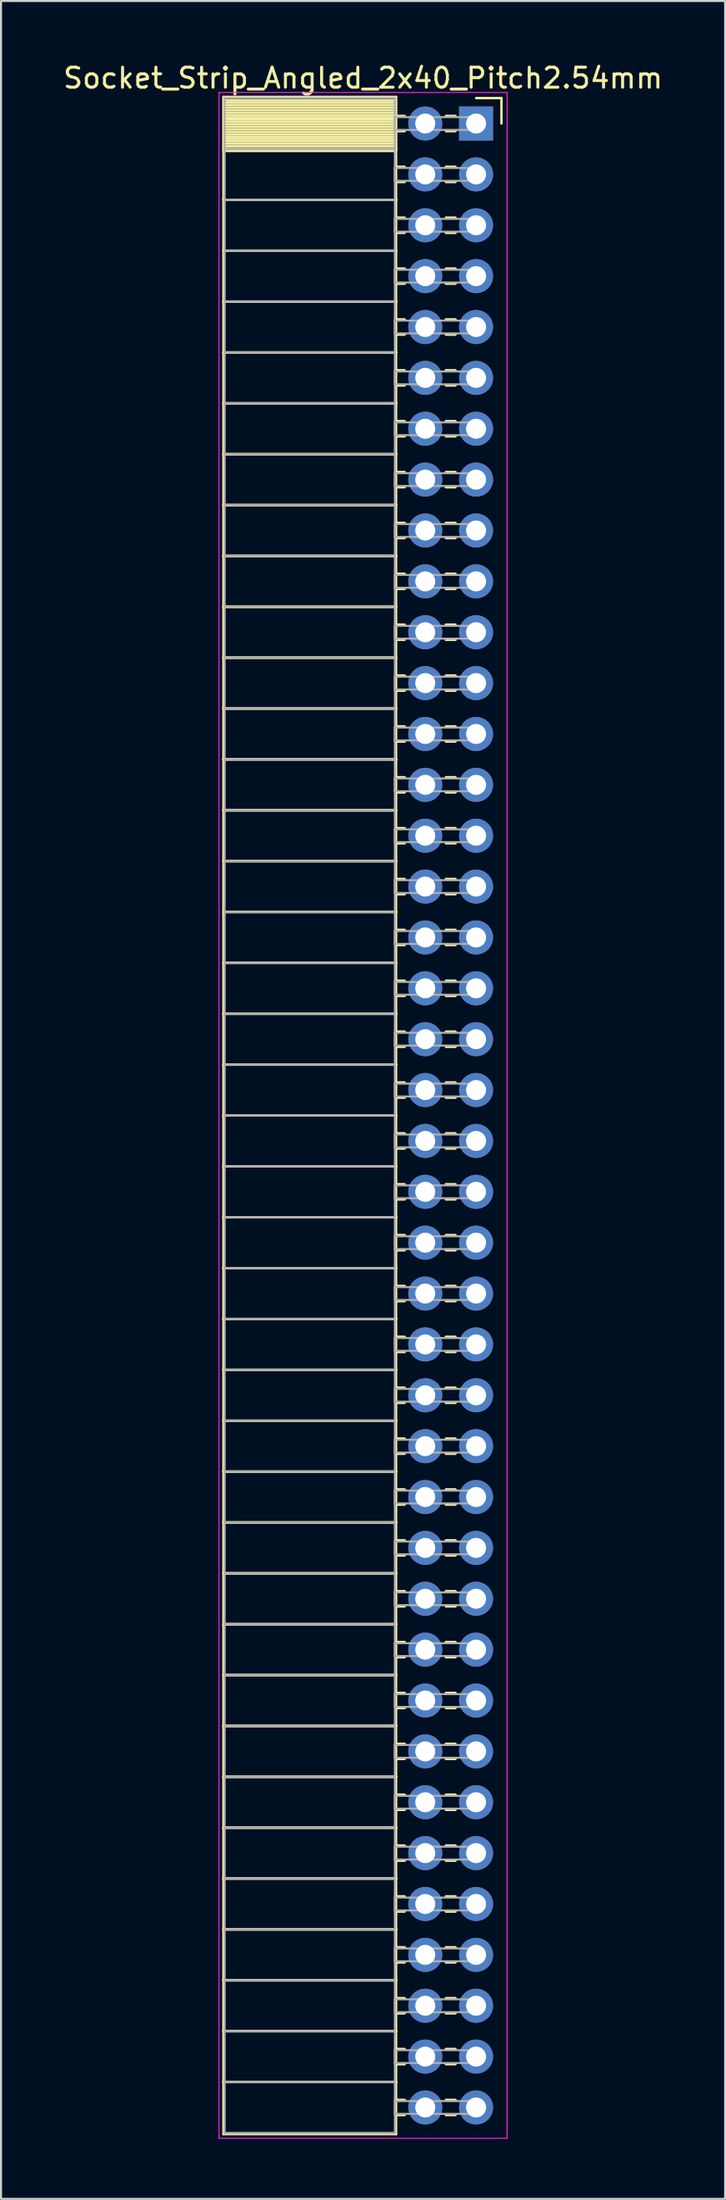
<source format=kicad_pcb>
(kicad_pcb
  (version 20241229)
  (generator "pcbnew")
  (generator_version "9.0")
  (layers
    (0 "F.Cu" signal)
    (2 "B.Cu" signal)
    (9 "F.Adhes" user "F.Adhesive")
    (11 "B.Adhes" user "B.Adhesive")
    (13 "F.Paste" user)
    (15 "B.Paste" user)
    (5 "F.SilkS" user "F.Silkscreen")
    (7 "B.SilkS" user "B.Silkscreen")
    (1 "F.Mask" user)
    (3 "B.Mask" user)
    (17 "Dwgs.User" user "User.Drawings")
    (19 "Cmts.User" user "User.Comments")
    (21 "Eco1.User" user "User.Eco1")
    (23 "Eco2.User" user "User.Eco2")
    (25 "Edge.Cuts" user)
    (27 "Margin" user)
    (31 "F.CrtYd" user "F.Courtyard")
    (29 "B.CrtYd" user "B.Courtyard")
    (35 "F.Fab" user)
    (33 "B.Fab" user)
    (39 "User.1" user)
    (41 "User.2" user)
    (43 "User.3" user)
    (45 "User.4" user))
  (footprint "Socket_Strip_Angled_2x40_Pitch2.54mm"
    (layer "F.Cu")
    (at 20.751 3.118)
    (property "Reference" "Socket_Strip_Angled_2x40_Pitch2.54mm" (at -5.65 -2.27 0) (layer "F.SilkS") (effects (font (size 1 1) (thickness 0.15))))
    (attr through_hole)
    (fp_line (start -12.63 -1.33) (end -4 -1.33) (stroke (width 0.12) (type solid)) (layer "F.SilkS"))
    (fp_line (start -12.63 1.27) (end -12.63 -1.33) (stroke (width 0.12) (type solid)) (layer "F.SilkS"))
    (fp_line (start -12.63 1.27) (end -4 1.27) (stroke (width 0.12) (type solid)) (layer "F.SilkS"))
    (fp_line (start -12.63 3.81) (end -12.63 1.27) (stroke (width 0.12) (type solid)) (layer "F.SilkS"))
    (fp_line (start -12.63 3.81) (end -4 3.81) (stroke (width 0.12) (type solid)) (layer "F.SilkS"))
    (fp_line (start -12.63 6.35) (end -12.63 3.81) (stroke (width 0.12) (type solid)) (layer "F.SilkS"))
    (fp_line (start -12.63 6.35) (end -4 6.35) (stroke (width 0.12) (type solid)) (layer "F.SilkS"))
    (fp_line (start -12.63 8.89) (end -12.63 6.35) (stroke (width 0.12) (type solid)) (layer "F.SilkS"))
    (fp_line (start -12.63 8.89) (end -4 8.89) (stroke (width 0.12) (type solid)) (layer "F.SilkS"))
    (fp_line (start -12.63 11.43) (end -12.63 8.89) (stroke (width 0.12) (type solid)) (layer "F.SilkS"))
    (fp_line (start -12.63 11.43) (end -4 11.43) (stroke (width 0.12) (type solid)) (layer "F.SilkS"))
    (fp_line (start -12.63 13.97) (end -12.63 11.43) (stroke (width 0.12) (type solid)) (layer "F.SilkS"))
    (fp_line (start -12.63 13.97) (end -4 13.97) (stroke (width 0.12) (type solid)) (layer "F.SilkS"))
    (fp_line (start -12.63 16.51) (end -12.63 13.97) (stroke (width 0.12) (type solid)) (layer "F.SilkS"))
    (fp_line (start -12.63 16.51) (end -4 16.51) (stroke (width 0.12) (type solid)) (layer "F.SilkS"))
    (fp_line (start -12.63 19.05) (end -12.63 16.51) (stroke (width 0.12) (type solid)) (layer "F.SilkS"))
    (fp_line (start -12.63 19.05) (end -4 19.05) (stroke (width 0.12) (type solid)) (layer "F.SilkS"))
    (fp_line (start -12.63 21.59) (end -12.63 19.05) (stroke (width 0.12) (type solid)) (layer "F.SilkS"))
    (fp_line (start -12.63 21.59) (end -4 21.59) (stroke (width 0.12) (type solid)) (layer "F.SilkS"))
    (fp_line (start -12.63 24.13) (end -12.63 21.59) (stroke (width 0.12) (type solid)) (layer "F.SilkS"))
    (fp_line (start -12.63 24.13) (end -4 24.13) (stroke (width 0.12) (type solid)) (layer "F.SilkS"))
    (fp_line (start -12.63 26.67) (end -12.63 24.13) (stroke (width 0.12) (type solid)) (layer "F.SilkS"))
    (fp_line (start -12.63 26.67) (end -4 26.67) (stroke (width 0.12) (type solid)) (layer "F.SilkS"))
    (fp_line (start -12.63 29.21) (end -12.63 26.67) (stroke (width 0.12) (type solid)) (layer "F.SilkS"))
    (fp_line (start -12.63 29.21) (end -4 29.21) (stroke (width 0.12) (type solid)) (layer "F.SilkS"))
    (fp_line (start -12.63 31.75) (end -12.63 29.21) (stroke (width 0.12) (type solid)) (layer "F.SilkS"))
    (fp_line (start -12.63 31.75) (end -4 31.75) (stroke (width 0.12) (type solid)) (layer "F.SilkS"))
    (fp_line (start -12.63 34.29) (end -12.63 31.75) (stroke (width 0.12) (type solid)) (layer "F.SilkS"))
    (fp_line (start -12.63 34.29) (end -4 34.29) (stroke (width 0.12) (type solid)) (layer "F.SilkS"))
    (fp_line (start -12.63 36.83) (end -12.63 34.29) (stroke (width 0.12) (type solid)) (layer "F.SilkS"))
    (fp_line (start -12.63 36.83) (end -4 36.83) (stroke (width 0.12) (type solid)) (layer "F.SilkS"))
    (fp_line (start -12.63 39.37) (end -12.63 36.83) (stroke (width 0.12) (type solid)) (layer "F.SilkS"))
    (fp_line (start -12.63 39.37) (end -4 39.37) (stroke (width 0.12) (type solid)) (layer "F.SilkS"))
    (fp_line (start -12.63 41.91) (end -12.63 39.37) (stroke (width 0.12) (type solid)) (layer "F.SilkS"))
    (fp_line (start -12.63 41.91) (end -4 41.91) (stroke (width 0.12) (type solid)) (layer "F.SilkS"))
    (fp_line (start -12.63 44.45) (end -12.63 41.91) (stroke (width 0.12) (type solid)) (layer "F.SilkS"))
    (fp_line (start -12.63 44.45) (end -4 44.45) (stroke (width 0.12) (type solid)) (layer "F.SilkS"))
    (fp_line (start -12.63 46.99) (end -12.63 44.45) (stroke (width 0.12) (type solid)) (layer "F.SilkS"))
    (fp_line (start -12.63 46.99) (end -4 46.99) (stroke (width 0.12) (type solid)) (layer "F.SilkS"))
    (fp_line (start -12.63 49.53) (end -12.63 46.99) (stroke (width 0.12) (type solid)) (layer "F.SilkS"))
    (fp_line (start -12.63 49.53) (end -4 49.53) (stroke (width 0.12) (type solid)) (layer "F.SilkS"))
    (fp_line (start -12.63 52.07) (end -12.63 49.53) (stroke (width 0.12) (type solid)) (layer "F.SilkS"))
    (fp_line (start -12.63 52.07) (end -4 52.07) (stroke (width 0.12) (type solid)) (layer "F.SilkS"))
    (fp_line (start -12.63 54.61) (end -12.63 52.07) (stroke (width 0.12) (type solid)) (layer "F.SilkS"))
    (fp_line (start -12.63 54.61) (end -4 54.61) (stroke (width 0.12) (type solid)) (layer "F.SilkS"))
    (fp_line (start -12.63 57.15) (end -12.63 54.61) (stroke (width 0.12) (type solid)) (layer "F.SilkS"))
    (fp_line (start -12.63 57.15) (end -4 57.15) (stroke (width 0.12) (type solid)) (layer "F.SilkS"))
    (fp_line (start -12.63 59.69) (end -12.63 57.15) (stroke (width 0.12) (type solid)) (layer "F.SilkS"))
    (fp_line (start -12.63 59.69) (end -4 59.69) (stroke (width 0.12) (type solid)) (layer "F.SilkS"))
    (fp_line (start -12.63 62.23) (end -12.63 59.69) (stroke (width 0.12) (type solid)) (layer "F.SilkS"))
    (fp_line (start -12.63 62.23) (end -4 62.23) (stroke (width 0.12) (type solid)) (layer "F.SilkS"))
    (fp_line (start -12.63 64.77) (end -12.63 62.23) (stroke (width 0.12) (type solid)) (layer "F.SilkS"))
    (fp_line (start -12.63 64.77) (end -4 64.77) (stroke (width 0.12) (type solid)) (layer "F.SilkS"))
    (fp_line (start -12.63 67.31) (end -12.63 64.77) (stroke (width 0.12) (type solid)) (layer "F.SilkS"))
    (fp_line (start -12.63 67.31) (end -4 67.31) (stroke (width 0.12) (type solid)) (layer "F.SilkS"))
    (fp_line (start -12.63 69.85) (end -12.63 67.31) (stroke (width 0.12) (type solid)) (layer "F.SilkS"))
    (fp_line (start -12.63 69.85) (end -4 69.85) (stroke (width 0.12) (type solid)) (layer "F.SilkS"))
    (fp_line (start -12.63 72.39) (end -12.63 69.85) (stroke (width 0.12) (type solid)) (layer "F.SilkS"))
    (fp_line (start -12.63 72.39) (end -4 72.39) (stroke (width 0.12) (type solid)) (layer "F.SilkS"))
    (fp_line (start -12.63 74.93) (end -12.63 72.39) (stroke (width 0.12) (type solid)) (layer "F.SilkS"))
    (fp_line (start -12.63 74.93) (end -4 74.93) (stroke (width 0.12) (type solid)) (layer "F.SilkS"))
    (fp_line (start -12.63 77.47) (end -12.63 74.93) (stroke (width 0.12) (type solid)) (layer "F.SilkS"))
    (fp_line (start -12.63 77.47) (end -4 77.47) (stroke (width 0.12) (type solid)) (layer "F.SilkS"))
    (fp_line (start -12.63 80.01) (end -12.63 77.47) (stroke (width 0.12) (type solid)) (layer "F.SilkS"))
    (fp_line (start -12.63 80.01) (end -4 80.01) (stroke (width 0.12) (type solid)) (layer "F.SilkS"))
    (fp_line (start -12.63 82.55) (end -12.63 80.01) (stroke (width 0.12) (type solid)) (layer "F.SilkS"))
    (fp_line (start -12.63 82.55) (end -4 82.55) (stroke (width 0.12) (type solid)) (layer "F.SilkS"))
    (fp_line (start -12.63 85.09) (end -12.63 82.55) (stroke (width 0.12) (type solid)) (layer "F.SilkS"))
    (fp_line (start -12.63 85.09) (end -4 85.09) (stroke (width 0.12) (type solid)) (layer "F.SilkS"))
    (fp_line (start -12.63 87.63) (end -12.63 85.09) (stroke (width 0.12) (type solid)) (layer "F.SilkS"))
    (fp_line (start -12.63 87.63) (end -4 87.63) (stroke (width 0.12) (type solid)) (layer "F.SilkS"))
    (fp_line (start -12.63 90.17) (end -12.63 87.63) (stroke (width 0.12) (type solid)) (layer "F.SilkS"))
    (fp_line (start -12.63 90.17) (end -4 90.17) (stroke (width 0.12) (type solid)) (layer "F.SilkS"))
    (fp_line (start -12.63 92.71) (end -12.63 90.17) (stroke (width 0.12) (type solid)) (layer "F.SilkS"))
    (fp_line (start -12.63 92.71) (end -4 92.71) (stroke (width 0.12) (type solid)) (layer "F.SilkS"))
    (fp_line (start -12.63 95.25) (end -12.63 92.71) (stroke (width 0.12) (type solid)) (layer "F.SilkS"))
    (fp_line (start -12.63 95.25) (end -4 95.25) (stroke (width 0.12) (type solid)) (layer "F.SilkS"))
    (fp_line (start -12.63 97.79) (end -12.63 95.25) (stroke (width 0.12) (type solid)) (layer "F.SilkS"))
    (fp_line (start -12.63 97.79) (end -4 97.79) (stroke (width 0.12) (type solid)) (layer "F.SilkS"))
    (fp_line (start -12.63 100.39) (end -12.63 97.79) (stroke (width 0.12) (type solid)) (layer "F.SilkS"))
    (fp_line (start -4 -1.33) (end -4 1.27) (stroke (width 0.12) (type solid)) (layer "F.SilkS"))
    (fp_line (start -4 -1.15) (end -12.63 -1.15) (stroke (width 0.12) (type solid)) (layer "F.SilkS"))
    (fp_line (start -4 -1.03) (end -12.63 -1.03) (stroke (width 0.12) (type solid)) (layer "F.SilkS"))
    (fp_line (start -4 -0.91) (end -12.63 -0.91) (stroke (width 0.12) (type solid)) (layer "F.SilkS"))
    (fp_line (start -4 -0.79) (end -12.63 -0.79) (stroke (width 0.12) (type solid)) (layer "F.SilkS"))
    (fp_line (start -4 -0.67) (end -12.63 -0.67) (stroke (width 0.12) (type solid)) (layer "F.SilkS"))
    (fp_line (start -4 -0.55) (end -12.63 -0.55) (stroke (width 0.12) (type solid)) (layer "F.SilkS"))
    (fp_line (start -4 -0.43) (end -12.63 -0.43) (stroke (width 0.12) (type solid)) (layer "F.SilkS"))
    (fp_line (start -4 -0.31) (end -12.63 -0.31) (stroke (width 0.12) (type solid)) (layer "F.SilkS"))
    (fp_line (start -4 -0.19) (end -12.63 -0.19) (stroke (width 0.12) (type solid)) (layer "F.SilkS"))
    (fp_line (start -4 -0.07) (end -12.63 -0.07) (stroke (width 0.12) (type solid)) (layer "F.SilkS"))
    (fp_line (start -4 0.05) (end -12.63 0.05) (stroke (width 0.12) (type solid)) (layer "F.SilkS"))
    (fp_line (start -4 0.17) (end -12.63 0.17) (stroke (width 0.12) (type solid)) (layer "F.SilkS"))
    (fp_line (start -4 0.29) (end -12.63 0.29) (stroke (width 0.12) (type solid)) (layer "F.SilkS"))
    (fp_line (start -4 0.41) (end -12.63 0.41) (stroke (width 0.12) (type solid)) (layer "F.SilkS"))
    (fp_line (start -4 0.53) (end -12.63 0.53) (stroke (width 0.12) (type solid)) (layer "F.SilkS"))
    (fp_line (start -4 0.65) (end -12.63 0.65) (stroke (width 0.12) (type solid)) (layer "F.SilkS"))
    (fp_line (start -4 0.77) (end -12.63 0.77) (stroke (width 0.12) (type solid)) (layer "F.SilkS"))
    (fp_line (start -4 0.89) (end -12.63 0.89) (stroke (width 0.12) (type solid)) (layer "F.SilkS"))
    (fp_line (start -4 1.01) (end -12.63 1.01) (stroke (width 0.12) (type solid)) (layer "F.SilkS"))
    (fp_line (start -4 1.13) (end -12.63 1.13) (stroke (width 0.12) (type solid)) (layer "F.SilkS"))
    (fp_line (start -4 1.25) (end -12.63 1.25) (stroke (width 0.12) (type solid)) (layer "F.SilkS"))
    (fp_line (start -4 1.27) (end -12.63 1.27) (stroke (width 0.12) (type solid)) (layer "F.SilkS"))
    (fp_line (start -4 1.27) (end -4 3.81) (stroke (width 0.12) (type solid)) (layer "F.SilkS"))
    (fp_line (start -4 1.37) (end -12.63 1.37) (stroke (width 0.12) (type solid)) (layer "F.SilkS"))
    (fp_line (start -4 3.81) (end -12.63 3.81) (stroke (width 0.12) (type solid)) (layer "F.SilkS"))
    (fp_line (start -4 3.81) (end -4 6.35) (stroke (width 0.12) (type solid)) (layer "F.SilkS"))
    (fp_line (start -4 6.35) (end -12.63 6.35) (stroke (width 0.12) (type solid)) (layer "F.SilkS"))
    (fp_line (start -4 6.35) (end -4 8.89) (stroke (width 0.12) (type solid)) (layer "F.SilkS"))
    (fp_line (start -4 8.89) (end -12.63 8.89) (stroke (width 0.12) (type solid)) (layer "F.SilkS"))
    (fp_line (start -4 8.89) (end -4 11.43) (stroke (width 0.12) (type solid)) (layer "F.SilkS"))
    (fp_line (start -4 11.43) (end -12.63 11.43) (stroke (width 0.12) (type solid)) (layer "F.SilkS"))
    (fp_line (start -4 11.43) (end -4 13.97) (stroke (width 0.12) (type solid)) (layer "F.SilkS"))
    (fp_line (start -4 13.97) (end -12.63 13.97) (stroke (width 0.12) (type solid)) (layer "F.SilkS"))
    (fp_line (start -4 13.97) (end -4 16.51) (stroke (width 0.12) (type solid)) (layer "F.SilkS"))
    (fp_line (start -4 16.51) (end -12.63 16.51) (stroke (width 0.12) (type solid)) (layer "F.SilkS"))
    (fp_line (start -4 16.51) (end -4 19.05) (stroke (width 0.12) (type solid)) (layer "F.SilkS"))
    (fp_line (start -4 19.05) (end -12.63 19.05) (stroke (width 0.12) (type solid)) (layer "F.SilkS"))
    (fp_line (start -4 19.05) (end -4 21.59) (stroke (width 0.12) (type solid)) (layer "F.SilkS"))
    (fp_line (start -4 21.59) (end -12.63 21.59) (stroke (width 0.12) (type solid)) (layer "F.SilkS"))
    (fp_line (start -4 21.59) (end -4 24.13) (stroke (width 0.12) (type solid)) (layer "F.SilkS"))
    (fp_line (start -4 24.13) (end -12.63 24.13) (stroke (width 0.12) (type solid)) (layer "F.SilkS"))
    (fp_line (start -4 24.13) (end -4 26.67) (stroke (width 0.12) (type solid)) (layer "F.SilkS"))
    (fp_line (start -4 26.67) (end -12.63 26.67) (stroke (width 0.12) (type solid)) (layer "F.SilkS"))
    (fp_line (start -4 26.67) (end -4 29.21) (stroke (width 0.12) (type solid)) (layer "F.SilkS"))
    (fp_line (start -4 29.21) (end -12.63 29.21) (stroke (width 0.12) (type solid)) (layer "F.SilkS"))
    (fp_line (start -4 29.21) (end -4 31.75) (stroke (width 0.12) (type solid)) (layer "F.SilkS"))
    (fp_line (start -4 31.75) (end -12.63 31.75) (stroke (width 0.12) (type solid)) (layer "F.SilkS"))
    (fp_line (start -4 31.75) (end -4 34.29) (stroke (width 0.12) (type solid)) (layer "F.SilkS"))
    (fp_line (start -4 34.29) (end -12.63 34.29) (stroke (width 0.12) (type solid)) (layer "F.SilkS"))
    (fp_line (start -4 34.29) (end -4 36.83) (stroke (width 0.12) (type solid)) (layer "F.SilkS"))
    (fp_line (start -4 36.83) (end -12.63 36.83) (stroke (width 0.12) (type solid)) (layer "F.SilkS"))
    (fp_line (start -4 36.83) (end -4 39.37) (stroke (width 0.12) (type solid)) (layer "F.SilkS"))
    (fp_line (start -4 39.37) (end -12.63 39.37) (stroke (width 0.12) (type solid)) (layer "F.SilkS"))
    (fp_line (start -4 39.37) (end -4 41.91) (stroke (width 0.12) (type solid)) (layer "F.SilkS"))
    (fp_line (start -4 41.91) (end -12.63 41.91) (stroke (width 0.12) (type solid)) (layer "F.SilkS"))
    (fp_line (start -4 41.91) (end -4 44.45) (stroke (width 0.12) (type solid)) (layer "F.SilkS"))
    (fp_line (start -4 44.45) (end -12.63 44.45) (stroke (width 0.12) (type solid)) (layer "F.SilkS"))
    (fp_line (start -4 44.45) (end -4 46.99) (stroke (width 0.12) (type solid)) (layer "F.SilkS"))
    (fp_line (start -4 46.99) (end -12.63 46.99) (stroke (width 0.12) (type solid)) (layer "F.SilkS"))
    (fp_line (start -4 46.99) (end -4 49.53) (stroke (width 0.12) (type solid)) (layer "F.SilkS"))
    (fp_line (start -4 49.53) (end -12.63 49.53) (stroke (width 0.12) (type solid)) (layer "F.SilkS"))
    (fp_line (start -4 49.53) (end -4 52.07) (stroke (width 0.12) (type solid)) (layer "F.SilkS"))
    (fp_line (start -4 52.07) (end -12.63 52.07) (stroke (width 0.12) (type solid)) (layer "F.SilkS"))
    (fp_line (start -4 52.07) (end -4 54.61) (stroke (width 0.12) (type solid)) (layer "F.SilkS"))
    (fp_line (start -4 54.61) (end -12.63 54.61) (stroke (width 0.12) (type solid)) (layer "F.SilkS"))
    (fp_line (start -4 54.61) (end -4 57.15) (stroke (width 0.12) (type solid)) (layer "F.SilkS"))
    (fp_line (start -4 57.15) (end -12.63 57.15) (stroke (width 0.12) (type solid)) (layer "F.SilkS"))
    (fp_line (start -4 57.15) (end -4 59.69) (stroke (width 0.12) (type solid)) (layer "F.SilkS"))
    (fp_line (start -4 59.69) (end -12.63 59.69) (stroke (width 0.12) (type solid)) (layer "F.SilkS"))
    (fp_line (start -4 59.69) (end -4 62.23) (stroke (width 0.12) (type solid)) (layer "F.SilkS"))
    (fp_line (start -4 62.23) (end -12.63 62.23) (stroke (width 0.12) (type solid)) (layer "F.SilkS"))
    (fp_line (start -4 62.23) (end -4 64.77) (stroke (width 0.12) (type solid)) (layer "F.SilkS"))
    (fp_line (start -4 64.77) (end -12.63 64.77) (stroke (width 0.12) (type solid)) (layer "F.SilkS"))
    (fp_line (start -4 64.77) (end -4 67.31) (stroke (width 0.12) (type solid)) (layer "F.SilkS"))
    (fp_line (start -4 67.31) (end -12.63 67.31) (stroke (width 0.12) (type solid)) (layer "F.SilkS"))
    (fp_line (start -4 67.31) (end -4 69.85) (stroke (width 0.12) (type solid)) (layer "F.SilkS"))
    (fp_line (start -4 69.85) (end -12.63 69.85) (stroke (width 0.12) (type solid)) (layer "F.SilkS"))
    (fp_line (start -4 69.85) (end -4 72.39) (stroke (width 0.12) (type solid)) (layer "F.SilkS"))
    (fp_line (start -4 72.39) (end -12.63 72.39) (stroke (width 0.12) (type solid)) (layer "F.SilkS"))
    (fp_line (start -4 72.39) (end -4 74.93) (stroke (width 0.12) (type solid)) (layer "F.SilkS"))
    (fp_line (start -4 74.93) (end -12.63 74.93) (stroke (width 0.12) (type solid)) (layer "F.SilkS"))
    (fp_line (start -4 74.93) (end -4 77.47) (stroke (width 0.12) (type solid)) (layer "F.SilkS"))
    (fp_line (start -4 77.47) (end -12.63 77.47) (stroke (width 0.12) (type solid)) (layer "F.SilkS"))
    (fp_line (start -4 77.47) (end -4 80.01) (stroke (width 0.12) (type solid)) (layer "F.SilkS"))
    (fp_line (start -4 80.01) (end -12.63 80.01) (stroke (width 0.12) (type solid)) (layer "F.SilkS"))
    (fp_line (start -4 80.01) (end -4 82.55) (stroke (width 0.12) (type solid)) (layer "F.SilkS"))
    (fp_line (start -4 82.55) (end -12.63 82.55) (stroke (width 0.12) (type solid)) (layer "F.SilkS"))
    (fp_line (start -4 82.55) (end -4 85.09) (stroke (width 0.12) (type solid)) (layer "F.SilkS"))
    (fp_line (start -4 85.09) (end -12.63 85.09) (stroke (width 0.12) (type solid)) (layer "F.SilkS"))
    (fp_line (start -4 85.09) (end -4 87.63) (stroke (width 0.12) (type solid)) (layer "F.SilkS"))
    (fp_line (start -4 87.63) (end -12.63 87.63) (stroke (width 0.12) (type solid)) (layer "F.SilkS"))
    (fp_line (start -4 87.63) (end -4 90.17) (stroke (width 0.12) (type solid)) (layer "F.SilkS"))
    (fp_line (start -4 90.17) (end -12.63 90.17) (stroke (width 0.12) (type solid)) (layer "F.SilkS"))
    (fp_line (start -4 90.17) (end -4 92.71) (stroke (width 0.12) (type solid)) (layer "F.SilkS"))
    (fp_line (start -4 92.71) (end -12.63 92.71) (stroke (width 0.12) (type solid)) (layer "F.SilkS"))
    (fp_line (start -4 92.71) (end -4 95.25) (stroke (width 0.12) (type solid)) (layer "F.SilkS"))
    (fp_line (start -4 95.25) (end -12.63 95.25) (stroke (width 0.12) (type solid)) (layer "F.SilkS"))
    (fp_line (start -4 95.25) (end -4 97.79) (stroke (width 0.12) (type solid)) (layer "F.SilkS"))
    (fp_line (start -4 97.79) (end -12.63 97.79) (stroke (width 0.12) (type solid)) (layer "F.SilkS"))
    (fp_line (start -4 97.79) (end -4 100.39) (stroke (width 0.12) (type solid)) (layer "F.SilkS"))
    (fp_line (start -4 100.39) (end -12.63 100.39) (stroke (width 0.12) (type solid)) (layer "F.SilkS"))
    (fp_line (start -3.57 -0.38) (end -4 -0.38) (stroke (width 0.12) (type solid)) (layer "F.SilkS"))
    (fp_line (start -3.57 0.38) (end -4 0.38) (stroke (width 0.12) (type solid)) (layer "F.SilkS"))
    (fp_line (start -3.57 2.16) (end -4 2.16) (stroke (width 0.12) (type solid)) (layer "F.SilkS"))
    (fp_line (start -3.57 2.92) (end -4 2.92) (stroke (width 0.12) (type solid)) (layer "F.SilkS"))
    (fp_line (start -3.57 4.7) (end -4 4.7) (stroke (width 0.12) (type solid)) (layer "F.SilkS"))
    (fp_line (start -3.57 5.46) (end -4 5.46) (stroke (width 0.12) (type solid)) (layer "F.SilkS"))
    (fp_line (start -3.57 7.24) (end -4 7.24) (stroke (width 0.12) (type solid)) (layer "F.SilkS"))
    (fp_line (start -3.57 8) (end -4 8) (stroke (width 0.12) (type solid)) (layer "F.SilkS"))
    (fp_line (start -3.57 9.78) (end -4 9.78) (stroke (width 0.12) (type solid)) (layer "F.SilkS"))
    (fp_line (start -3.57 10.54) (end -4 10.54) (stroke (width 0.12) (type solid)) (layer "F.SilkS"))
    (fp_line (start -3.57 12.32) (end -4 12.32) (stroke (width 0.12) (type solid)) (layer "F.SilkS"))
    (fp_line (start -3.57 13.08) (end -4 13.08) (stroke (width 0.12) (type solid)) (layer "F.SilkS"))
    (fp_line (start -3.57 14.86) (end -4 14.86) (stroke (width 0.12) (type solid)) (layer "F.SilkS"))
    (fp_line (start -3.57 15.62) (end -4 15.62) (stroke (width 0.12) (type solid)) (layer "F.SilkS"))
    (fp_line (start -3.57 17.4) (end -4 17.4) (stroke (width 0.12) (type solid)) (layer "F.SilkS"))
    (fp_line (start -3.57 18.16) (end -4 18.16) (stroke (width 0.12) (type solid)) (layer "F.SilkS"))
    (fp_line (start -3.57 19.94) (end -4 19.94) (stroke (width 0.12) (type solid)) (layer "F.SilkS"))
    (fp_line (start -3.57 20.7) (end -4 20.7) (stroke (width 0.12) (type solid)) (layer "F.SilkS"))
    (fp_line (start -3.57 22.48) (end -4 22.48) (stroke (width 0.12) (type solid)) (layer "F.SilkS"))
    (fp_line (start -3.57 23.24) (end -4 23.24) (stroke (width 0.12) (type solid)) (layer "F.SilkS"))
    (fp_line (start -3.57 25.02) (end -4 25.02) (stroke (width 0.12) (type solid)) (layer "F.SilkS"))
    (fp_line (start -3.57 25.78) (end -4 25.78) (stroke (width 0.12) (type solid)) (layer "F.SilkS"))
    (fp_line (start -3.57 27.56) (end -4 27.56) (stroke (width 0.12) (type solid)) (layer "F.SilkS"))
    (fp_line (start -3.57 28.32) (end -4 28.32) (stroke (width 0.12) (type solid)) (layer "F.SilkS"))
    (fp_line (start -3.57 30.1) (end -4 30.1) (stroke (width 0.12) (type solid)) (layer "F.SilkS"))
    (fp_line (start -3.57 30.86) (end -4 30.86) (stroke (width 0.12) (type solid)) (layer "F.SilkS"))
    (fp_line (start -3.57 32.64) (end -4 32.64) (stroke (width 0.12) (type solid)) (layer "F.SilkS"))
    (fp_line (start -3.57 33.4) (end -4 33.4) (stroke (width 0.12) (type solid)) (layer "F.SilkS"))
    (fp_line (start -3.57 35.18) (end -4 35.18) (stroke (width 0.12) (type solid)) (layer "F.SilkS"))
    (fp_line (start -3.57 35.94) (end -4 35.94) (stroke (width 0.12) (type solid)) (layer "F.SilkS"))
    (fp_line (start -3.57 37.72) (end -4 37.72) (stroke (width 0.12) (type solid)) (layer "F.SilkS"))
    (fp_line (start -3.57 38.48) (end -4 38.48) (stroke (width 0.12) (type solid)) (layer "F.SilkS"))
    (fp_line (start -3.57 40.26) (end -4 40.26) (stroke (width 0.12) (type solid)) (layer "F.SilkS"))
    (fp_line (start -3.57 41.02) (end -4 41.02) (stroke (width 0.12) (type solid)) (layer "F.SilkS"))
    (fp_line (start -3.57 42.8) (end -4 42.8) (stroke (width 0.12) (type solid)) (layer "F.SilkS"))
    (fp_line (start -3.57 43.56) (end -4 43.56) (stroke (width 0.12) (type solid)) (layer "F.SilkS"))
    (fp_line (start -3.57 45.34) (end -4 45.34) (stroke (width 0.12) (type solid)) (layer "F.SilkS"))
    (fp_line (start -3.57 46.1) (end -4 46.1) (stroke (width 0.12) (type solid)) (layer "F.SilkS"))
    (fp_line (start -3.57 47.88) (end -4 47.88) (stroke (width 0.12) (type solid)) (layer "F.SilkS"))
    (fp_line (start -3.57 48.64) (end -4 48.64) (stroke (width 0.12) (type solid)) (layer "F.SilkS"))
    (fp_line (start -3.57 50.42) (end -4 50.42) (stroke (width 0.12) (type solid)) (layer "F.SilkS"))
    (fp_line (start -3.57 51.18) (end -4 51.18) (stroke (width 0.12) (type solid)) (layer "F.SilkS"))
    (fp_line (start -3.57 52.96) (end -4 52.96) (stroke (width 0.12) (type solid)) (layer "F.SilkS"))
    (fp_line (start -3.57 53.72) (end -4 53.72) (stroke (width 0.12) (type solid)) (layer "F.SilkS"))
    (fp_line (start -3.57 55.5) (end -4 55.5) (stroke (width 0.12) (type solid)) (layer "F.SilkS"))
    (fp_line (start -3.57 56.26) (end -4 56.26) (stroke (width 0.12) (type solid)) (layer "F.SilkS"))
    (fp_line (start -3.57 58.04) (end -4 58.04) (stroke (width 0.12) (type solid)) (layer "F.SilkS"))
    (fp_line (start -3.57 58.8) (end -4 58.8) (stroke (width 0.12) (type solid)) (layer "F.SilkS"))
    (fp_line (start -3.57 60.58) (end -4 60.58) (stroke (width 0.12) (type solid)) (layer "F.SilkS"))
    (fp_line (start -3.57 61.34) (end -4 61.34) (stroke (width 0.12) (type solid)) (layer "F.SilkS"))
    (fp_line (start -3.57 63.12) (end -4 63.12) (stroke (width 0.12) (type solid)) (layer "F.SilkS"))
    (fp_line (start -3.57 63.88) (end -4 63.88) (stroke (width 0.12) (type solid)) (layer "F.SilkS"))
    (fp_line (start -3.57 65.66) (end -4 65.66) (stroke (width 0.12) (type solid)) (layer "F.SilkS"))
    (fp_line (start -3.57 66.42) (end -4 66.42) (stroke (width 0.12) (type solid)) (layer "F.SilkS"))
    (fp_line (start -3.57 68.2) (end -4 68.2) (stroke (width 0.12) (type solid)) (layer "F.SilkS"))
    (fp_line (start -3.57 68.96) (end -4 68.96) (stroke (width 0.12) (type solid)) (layer "F.SilkS"))
    (fp_line (start -3.57 70.74) (end -4 70.74) (stroke (width 0.12) (type solid)) (layer "F.SilkS"))
    (fp_line (start -3.57 71.5) (end -4 71.5) (stroke (width 0.12) (type solid)) (layer "F.SilkS"))
    (fp_line (start -3.57 73.28) (end -4 73.28) (stroke (width 0.12) (type solid)) (layer "F.SilkS"))
    (fp_line (start -3.57 74.04) (end -4 74.04) (stroke (width 0.12) (type solid)) (layer "F.SilkS"))
    (fp_line (start -3.57 75.82) (end -4 75.82) (stroke (width 0.12) (type solid)) (layer "F.SilkS"))
    (fp_line (start -3.57 76.58) (end -4 76.58) (stroke (width 0.12) (type solid)) (layer "F.SilkS"))
    (fp_line (start -3.57 78.36) (end -4 78.36) (stroke (width 0.12) (type solid)) (layer "F.SilkS"))
    (fp_line (start -3.57 79.12) (end -4 79.12) (stroke (width 0.12) (type solid)) (layer "F.SilkS"))
    (fp_line (start -3.57 80.9) (end -4 80.9) (stroke (width 0.12) (type solid)) (layer "F.SilkS"))
    (fp_line (start -3.57 81.66) (end -4 81.66) (stroke (width 0.12) (type solid)) (layer "F.SilkS"))
    (fp_line (start -3.57 83.44) (end -4 83.44) (stroke (width 0.12) (type solid)) (layer "F.SilkS"))
    (fp_line (start -3.57 84.2) (end -4 84.2) (stroke (width 0.12) (type solid)) (layer "F.SilkS"))
    (fp_line (start -3.57 85.98) (end -4 85.98) (stroke (width 0.12) (type solid)) (layer "F.SilkS"))
    (fp_line (start -3.57 86.74) (end -4 86.74) (stroke (width 0.12) (type solid)) (layer "F.SilkS"))
    (fp_line (start -3.57 88.52) (end -4 88.52) (stroke (width 0.12) (type solid)) (layer "F.SilkS"))
    (fp_line (start -3.57 89.28) (end -4 89.28) (stroke (width 0.12) (type solid)) (layer "F.SilkS"))
    (fp_line (start -3.57 91.06) (end -4 91.06) (stroke (width 0.12) (type solid)) (layer "F.SilkS"))
    (fp_line (start -3.57 91.82) (end -4 91.82) (stroke (width 0.12) (type solid)) (layer "F.SilkS"))
    (fp_line (start -3.57 93.6) (end -4 93.6) (stroke (width 0.12) (type solid)) (layer "F.SilkS"))
    (fp_line (start -3.57 94.36) (end -4 94.36) (stroke (width 0.12) (type solid)) (layer "F.SilkS"))
    (fp_line (start -3.57 96.14) (end -4 96.14) (stroke (width 0.12) (type solid)) (layer "F.SilkS"))
    (fp_line (start -3.57 96.9) (end -4 96.9) (stroke (width 0.12) (type solid)) (layer "F.SilkS"))
    (fp_line (start -3.57 98.68) (end -4 98.68) (stroke (width 0.12) (type solid)) (layer "F.SilkS"))
    (fp_line (start -3.57 99.44) (end -4 99.44) (stroke (width 0.12) (type solid)) (layer "F.SilkS"))
    (fp_line (start -1.03 -0.38) (end -1.51 -0.38) (stroke (width 0.12) (type solid)) (layer "F.SilkS"))
    (fp_line (start -1.03 0.38) (end -1.51 0.38) (stroke (width 0.12) (type solid)) (layer "F.SilkS"))
    (fp_line (start -1.03 2.16) (end -1.51 2.16) (stroke (width 0.12) (type solid)) (layer "F.SilkS"))
    (fp_line (start -1.03 2.92) (end -1.51 2.92) (stroke (width 0.12) (type solid)) (layer "F.SilkS"))
    (fp_line (start -1.03 4.7) (end -1.51 4.7) (stroke (width 0.12) (type solid)) (layer "F.SilkS"))
    (fp_line (start -1.03 5.46) (end -1.51 5.46) (stroke (width 0.12) (type solid)) (layer "F.SilkS"))
    (fp_line (start -1.03 7.24) (end -1.51 7.24) (stroke (width 0.12) (type solid)) (layer "F.SilkS"))
    (fp_line (start -1.03 8) (end -1.51 8) (stroke (width 0.12) (type solid)) (layer "F.SilkS"))
    (fp_line (start -1.03 9.78) (end -1.51 9.78) (stroke (width 0.12) (type solid)) (layer "F.SilkS"))
    (fp_line (start -1.03 10.54) (end -1.51 10.54) (stroke (width 0.12) (type solid)) (layer "F.SilkS"))
    (fp_line (start -1.03 12.32) (end -1.51 12.32) (stroke (width 0.12) (type solid)) (layer "F.SilkS"))
    (fp_line (start -1.03 13.08) (end -1.51 13.08) (stroke (width 0.12) (type solid)) (layer "F.SilkS"))
    (fp_line (start -1.03 14.86) (end -1.51 14.86) (stroke (width 0.12) (type solid)) (layer "F.SilkS"))
    (fp_line (start -1.03 15.62) (end -1.51 15.62) (stroke (width 0.12) (type solid)) (layer "F.SilkS"))
    (fp_line (start -1.03 17.4) (end -1.51 17.4) (stroke (width 0.12) (type solid)) (layer "F.SilkS"))
    (fp_line (start -1.03 18.16) (end -1.51 18.16) (stroke (width 0.12) (type solid)) (layer "F.SilkS"))
    (fp_line (start -1.03 19.94) (end -1.51 19.94) (stroke (width 0.12) (type solid)) (layer "F.SilkS"))
    (fp_line (start -1.03 20.7) (end -1.51 20.7) (stroke (width 0.12) (type solid)) (layer "F.SilkS"))
    (fp_line (start -1.03 22.48) (end -1.51 22.48) (stroke (width 0.12) (type solid)) (layer "F.SilkS"))
    (fp_line (start -1.03 23.24) (end -1.51 23.24) (stroke (width 0.12) (type solid)) (layer "F.SilkS"))
    (fp_line (start -1.03 25.02) (end -1.51 25.02) (stroke (width 0.12) (type solid)) (layer "F.SilkS"))
    (fp_line (start -1.03 25.78) (end -1.51 25.78) (stroke (width 0.12) (type solid)) (layer "F.SilkS"))
    (fp_line (start -1.03 27.56) (end -1.51 27.56) (stroke (width 0.12) (type solid)) (layer "F.SilkS"))
    (fp_line (start -1.03 28.32) (end -1.51 28.32) (stroke (width 0.12) (type solid)) (layer "F.SilkS"))
    (fp_line (start -1.03 30.1) (end -1.51 30.1) (stroke (width 0.12) (type solid)) (layer "F.SilkS"))
    (fp_line (start -1.03 30.86) (end -1.51 30.86) (stroke (width 0.12) (type solid)) (layer "F.SilkS"))
    (fp_line (start -1.03 32.64) (end -1.51 32.64) (stroke (width 0.12) (type solid)) (layer "F.SilkS"))
    (fp_line (start -1.03 33.4) (end -1.51 33.4) (stroke (width 0.12) (type solid)) (layer "F.SilkS"))
    (fp_line (start -1.03 35.18) (end -1.51 35.18) (stroke (width 0.12) (type solid)) (layer "F.SilkS"))
    (fp_line (start -1.03 35.94) (end -1.51 35.94) (stroke (width 0.12) (type solid)) (layer "F.SilkS"))
    (fp_line (start -1.03 37.72) (end -1.51 37.72) (stroke (width 0.12) (type solid)) (layer "F.SilkS"))
    (fp_line (start -1.03 38.48) (end -1.51 38.48) (stroke (width 0.12) (type solid)) (layer "F.SilkS"))
    (fp_line (start -1.03 40.26) (end -1.51 40.26) (stroke (width 0.12) (type solid)) (layer "F.SilkS"))
    (fp_line (start -1.03 41.02) (end -1.51 41.02) (stroke (width 0.12) (type solid)) (layer "F.SilkS"))
    (fp_line (start -1.03 42.8) (end -1.51 42.8) (stroke (width 0.12) (type solid)) (layer "F.SilkS"))
    (fp_line (start -1.03 43.56) (end -1.51 43.56) (stroke (width 0.12) (type solid)) (layer "F.SilkS"))
    (fp_line (start -1.03 45.34) (end -1.51 45.34) (stroke (width 0.12) (type solid)) (layer "F.SilkS"))
    (fp_line (start -1.03 46.1) (end -1.51 46.1) (stroke (width 0.12) (type solid)) (layer "F.SilkS"))
    (fp_line (start -1.03 47.88) (end -1.51 47.88) (stroke (width 0.12) (type solid)) (layer "F.SilkS"))
    (fp_line (start -1.03 48.64) (end -1.51 48.64) (stroke (width 0.12) (type solid)) (layer "F.SilkS"))
    (fp_line (start -1.03 50.42) (end -1.51 50.42) (stroke (width 0.12) (type solid)) (layer "F.SilkS"))
    (fp_line (start -1.03 51.18) (end -1.51 51.18) (stroke (width 0.12) (type solid)) (layer "F.SilkS"))
    (fp_line (start -1.03 52.96) (end -1.51 52.96) (stroke (width 0.12) (type solid)) (layer "F.SilkS"))
    (fp_line (start -1.03 53.72) (end -1.51 53.72) (stroke (width 0.12) (type solid)) (layer "F.SilkS"))
    (fp_line (start -1.03 55.5) (end -1.51 55.5) (stroke (width 0.12) (type solid)) (layer "F.SilkS"))
    (fp_line (start -1.03 56.26) (end -1.51 56.26) (stroke (width 0.12) (type solid)) (layer "F.SilkS"))
    (fp_line (start -1.03 58.04) (end -1.51 58.04) (stroke (width 0.12) (type solid)) (layer "F.SilkS"))
    (fp_line (start -1.03 58.8) (end -1.51 58.8) (stroke (width 0.12) (type solid)) (layer "F.SilkS"))
    (fp_line (start -1.03 60.58) (end -1.51 60.58) (stroke (width 0.12) (type solid)) (layer "F.SilkS"))
    (fp_line (start -1.03 61.34) (end -1.51 61.34) (stroke (width 0.12) (type solid)) (layer "F.SilkS"))
    (fp_line (start -1.03 63.12) (end -1.51 63.12) (stroke (width 0.12) (type solid)) (layer "F.SilkS"))
    (fp_line (start -1.03 63.88) (end -1.51 63.88) (stroke (width 0.12) (type solid)) (layer "F.SilkS"))
    (fp_line (start -1.03 65.66) (end -1.51 65.66) (stroke (width 0.12) (type solid)) (layer "F.SilkS"))
    (fp_line (start -1.03 66.42) (end -1.51 66.42) (stroke (width 0.12) (type solid)) (layer "F.SilkS"))
    (fp_line (start -1.03 68.2) (end -1.51 68.2) (stroke (width 0.12) (type solid)) (layer "F.SilkS"))
    (fp_line (start -1.03 68.96) (end -1.51 68.96) (stroke (width 0.12) (type solid)) (layer "F.SilkS"))
    (fp_line (start -1.03 70.74) (end -1.51 70.74) (stroke (width 0.12) (type solid)) (layer "F.SilkS"))
    (fp_line (start -1.03 71.5) (end -1.51 71.5) (stroke (width 0.12) (type solid)) (layer "F.SilkS"))
    (fp_line (start -1.03 73.28) (end -1.51 73.28) (stroke (width 0.12) (type solid)) (layer "F.SilkS"))
    (fp_line (start -1.03 74.04) (end -1.51 74.04) (stroke (width 0.12) (type solid)) (layer "F.SilkS"))
    (fp_line (start -1.03 75.82) (end -1.51 75.82) (stroke (width 0.12) (type solid)) (layer "F.SilkS"))
    (fp_line (start -1.03 76.58) (end -1.51 76.58) (stroke (width 0.12) (type solid)) (layer "F.SilkS"))
    (fp_line (start -1.03 78.36) (end -1.51 78.36) (stroke (width 0.12) (type solid)) (layer "F.SilkS"))
    (fp_line (start -1.03 79.12) (end -1.51 79.12) (stroke (width 0.12) (type solid)) (layer "F.SilkS"))
    (fp_line (start -1.03 80.9) (end -1.51 80.9) (stroke (width 0.12) (type solid)) (layer "F.SilkS"))
    (fp_line (start -1.03 81.66) (end -1.51 81.66) (stroke (width 0.12) (type solid)) (layer "F.SilkS"))
    (fp_line (start -1.03 83.44) (end -1.51 83.44) (stroke (width 0.12) (type solid)) (layer "F.SilkS"))
    (fp_line (start -1.03 84.2) (end -1.51 84.2) (stroke (width 0.12) (type solid)) (layer "F.SilkS"))
    (fp_line (start -1.03 85.98) (end -1.51 85.98) (stroke (width 0.12) (type solid)) (layer "F.SilkS"))
    (fp_line (start -1.03 86.74) (end -1.51 86.74) (stroke (width 0.12) (type solid)) (layer "F.SilkS"))
    (fp_line (start -1.03 88.52) (end -1.51 88.52) (stroke (width 0.12) (type solid)) (layer "F.SilkS"))
    (fp_line (start -1.03 89.28) (end -1.51 89.28) (stroke (width 0.12) (type solid)) (layer "F.SilkS"))
    (fp_line (start -1.03 91.06) (end -1.51 91.06) (stroke (width 0.12) (type solid)) (layer "F.SilkS"))
    (fp_line (start -1.03 91.82) (end -1.51 91.82) (stroke (width 0.12) (type solid)) (layer "F.SilkS"))
    (fp_line (start -1.03 93.6) (end -1.51 93.6) (stroke (width 0.12) (type solid)) (layer "F.SilkS"))
    (fp_line (start -1.03 94.36) (end -1.51 94.36) (stroke (width 0.12) (type solid)) (layer "F.SilkS"))
    (fp_line (start -1.03 96.14) (end -1.51 96.14) (stroke (width 0.12) (type solid)) (layer "F.SilkS"))
    (fp_line (start -1.03 96.9) (end -1.51 96.9) (stroke (width 0.12) (type solid)) (layer "F.SilkS"))
    (fp_line (start -1.03 98.68) (end -1.51 98.68) (stroke (width 0.12) (type solid)) (layer "F.SilkS"))
    (fp_line (start -1.03 99.44) (end -1.51 99.44) (stroke (width 0.12) (type solid)) (layer "F.SilkS"))
    (fp_line (start 0 -1.27) (end 1.27 -1.27) (stroke (width 0.12) (type solid)) (layer "F.SilkS"))
    (fp_line (start 1.27 -1.27) (end 1.27 0) (stroke (width 0.12) (type solid)) (layer "F.SilkS"))
    (fp_line (start -12.85 -1.55) (end 1.55 -1.55) (stroke (width 0.05) (type solid)) (layer "F.CrtYd"))
    (fp_line (start -12.85 100.6) (end -12.85 -1.55) (stroke (width 0.05) (type solid)) (layer "F.CrtYd"))
    (fp_line (start 1.55 -1.55) (end 1.55 100.6) (stroke (width 0.05) (type solid)) (layer "F.CrtYd"))
    (fp_line (start 1.55 100.6) (end -12.85 100.6) (stroke (width 0.05) (type solid)) (layer "F.CrtYd"))
    (fp_line (start -12.57 -1.27) (end -4.06 -1.27) (stroke (width 0.1) (type solid)) (layer "F.Fab"))
    (fp_line (start -12.57 1.27) (end -12.57 -1.27) (stroke (width 0.1) (type solid)) (layer "F.Fab"))
    (fp_line (start -12.57 1.27) (end -4.06 1.27) (stroke (width 0.1) (type solid)) (layer "F.Fab"))
    (fp_line (start -12.57 3.81) (end -12.57 1.27) (stroke (width 0.1) (type solid)) (layer "F.Fab"))
    (fp_line (start -12.57 3.81) (end -4.06 3.81) (stroke (width 0.1) (type solid)) (layer "F.Fab"))
    (fp_line (start -12.57 6.35) (end -12.57 3.81) (stroke (width 0.1) (type solid)) (layer "F.Fab"))
    (fp_line (start -12.57 6.35) (end -4.06 6.35) (stroke (width 0.1) (type solid)) (layer "F.Fab"))
    (fp_line (start -12.57 8.89) (end -12.57 6.35) (stroke (width 0.1) (type solid)) (layer "F.Fab"))
    (fp_line (start -12.57 8.89) (end -4.06 8.89) (stroke (width 0.1) (type solid)) (layer "F.Fab"))
    (fp_line (start -12.57 11.43) (end -12.57 8.89) (stroke (width 0.1) (type solid)) (layer "F.Fab"))
    (fp_line (start -12.57 11.43) (end -4.06 11.43) (stroke (width 0.1) (type solid)) (layer "F.Fab"))
    (fp_line (start -12.57 13.97) (end -12.57 11.43) (stroke (width 0.1) (type solid)) (layer "F.Fab"))
    (fp_line (start -12.57 13.97) (end -4.06 13.97) (stroke (width 0.1) (type solid)) (layer "F.Fab"))
    (fp_line (start -12.57 16.51) (end -12.57 13.97) (stroke (width 0.1) (type solid)) (layer "F.Fab"))
    (fp_line (start -12.57 16.51) (end -4.06 16.51) (stroke (width 0.1) (type solid)) (layer "F.Fab"))
    (fp_line (start -12.57 19.05) (end -12.57 16.51) (stroke (width 0.1) (type solid)) (layer "F.Fab"))
    (fp_line (start -12.57 19.05) (end -4.06 19.05) (stroke (width 0.1) (type solid)) (layer "F.Fab"))
    (fp_line (start -12.57 21.59) (end -12.57 19.05) (stroke (width 0.1) (type solid)) (layer "F.Fab"))
    (fp_line (start -12.57 21.59) (end -4.06 21.59) (stroke (width 0.1) (type solid)) (layer "F.Fab"))
    (fp_line (start -12.57 24.13) (end -12.57 21.59) (stroke (width 0.1) (type solid)) (layer "F.Fab"))
    (fp_line (start -12.57 24.13) (end -4.06 24.13) (stroke (width 0.1) (type solid)) (layer "F.Fab"))
    (fp_line (start -12.57 26.67) (end -12.57 24.13) (stroke (width 0.1) (type solid)) (layer "F.Fab"))
    (fp_line (start -12.57 26.67) (end -4.06 26.67) (stroke (width 0.1) (type solid)) (layer "F.Fab"))
    (fp_line (start -12.57 29.21) (end -12.57 26.67) (stroke (width 0.1) (type solid)) (layer "F.Fab"))
    (fp_line (start -12.57 29.21) (end -4.06 29.21) (stroke (width 0.1) (type solid)) (layer "F.Fab"))
    (fp_line (start -12.57 31.75) (end -12.57 29.21) (stroke (width 0.1) (type solid)) (layer "F.Fab"))
    (fp_line (start -12.57 31.75) (end -4.06 31.75) (stroke (width 0.1) (type solid)) (layer "F.Fab"))
    (fp_line (start -12.57 34.29) (end -12.57 31.75) (stroke (width 0.1) (type solid)) (layer "F.Fab"))
    (fp_line (start -12.57 34.29) (end -4.06 34.29) (stroke (width 0.1) (type solid)) (layer "F.Fab"))
    (fp_line (start -12.57 36.83) (end -12.57 34.29) (stroke (width 0.1) (type solid)) (layer "F.Fab"))
    (fp_line (start -12.57 36.83) (end -4.06 36.83) (stroke (width 0.1) (type solid)) (layer "F.Fab"))
    (fp_line (start -12.57 39.37) (end -12.57 36.83) (stroke (width 0.1) (type solid)) (layer "F.Fab"))
    (fp_line (start -12.57 39.37) (end -4.06 39.37) (stroke (width 0.1) (type solid)) (layer "F.Fab"))
    (fp_line (start -12.57 41.91) (end -12.57 39.37) (stroke (width 0.1) (type solid)) (layer "F.Fab"))
    (fp_line (start -12.57 41.91) (end -4.06 41.91) (stroke (width 0.1) (type solid)) (layer "F.Fab"))
    (fp_line (start -12.57 44.45) (end -12.57 41.91) (stroke (width 0.1) (type solid)) (layer "F.Fab"))
    (fp_line (start -12.57 44.45) (end -4.06 44.45) (stroke (width 0.1) (type solid)) (layer "F.Fab"))
    (fp_line (start -12.57 46.99) (end -12.57 44.45) (stroke (width 0.1) (type solid)) (layer "F.Fab"))
    (fp_line (start -12.57 46.99) (end -4.06 46.99) (stroke (width 0.1) (type solid)) (layer "F.Fab"))
    (fp_line (start -12.57 49.53) (end -12.57 46.99) (stroke (width 0.1) (type solid)) (layer "F.Fab"))
    (fp_line (start -12.57 49.53) (end -4.06 49.53) (stroke (width 0.1) (type solid)) (layer "F.Fab"))
    (fp_line (start -12.57 52.07) (end -12.57 49.53) (stroke (width 0.1) (type solid)) (layer "F.Fab"))
    (fp_line (start -12.57 52.07) (end -4.06 52.07) (stroke (width 0.1) (type solid)) (layer "F.Fab"))
    (fp_line (start -12.57 54.61) (end -12.57 52.07) (stroke (width 0.1) (type solid)) (layer "F.Fab"))
    (fp_line (start -12.57 54.61) (end -4.06 54.61) (stroke (width 0.1) (type solid)) (layer "F.Fab"))
    (fp_line (start -12.57 57.15) (end -12.57 54.61) (stroke (width 0.1) (type solid)) (layer "F.Fab"))
    (fp_line (start -12.57 57.15) (end -4.06 57.15) (stroke (width 0.1) (type solid)) (layer "F.Fab"))
    (fp_line (start -12.57 59.69) (end -12.57 57.15) (stroke (width 0.1) (type solid)) (layer "F.Fab"))
    (fp_line (start -12.57 59.69) (end -4.06 59.69) (stroke (width 0.1) (type solid)) (layer "F.Fab"))
    (fp_line (start -12.57 62.23) (end -12.57 59.69) (stroke (width 0.1) (type solid)) (layer "F.Fab"))
    (fp_line (start -12.57 62.23) (end -4.06 62.23) (stroke (width 0.1) (type solid)) (layer "F.Fab"))
    (fp_line (start -12.57 64.77) (end -12.57 62.23) (stroke (width 0.1) (type solid)) (layer "F.Fab"))
    (fp_line (start -12.57 64.77) (end -4.06 64.77) (stroke (width 0.1) (type solid)) (layer "F.Fab"))
    (fp_line (start -12.57 67.31) (end -12.57 64.77) (stroke (width 0.1) (type solid)) (layer "F.Fab"))
    (fp_line (start -12.57 67.31) (end -4.06 67.31) (stroke (width 0.1) (type solid)) (layer "F.Fab"))
    (fp_line (start -12.57 69.85) (end -12.57 67.31) (stroke (width 0.1) (type solid)) (layer "F.Fab"))
    (fp_line (start -12.57 69.85) (end -4.06 69.85) (stroke (width 0.1) (type solid)) (layer "F.Fab"))
    (fp_line (start -12.57 72.39) (end -12.57 69.85) (stroke (width 0.1) (type solid)) (layer "F.Fab"))
    (fp_line (start -12.57 72.39) (end -4.06 72.39) (stroke (width 0.1) (type solid)) (layer "F.Fab"))
    (fp_line (start -12.57 74.93) (end -12.57 72.39) (stroke (width 0.1) (type solid)) (layer "F.Fab"))
    (fp_line (start -12.57 74.93) (end -4.06 74.93) (stroke (width 0.1) (type solid)) (layer "F.Fab"))
    (fp_line (start -12.57 77.47) (end -12.57 74.93) (stroke (width 0.1) (type solid)) (layer "F.Fab"))
    (fp_line (start -12.57 77.47) (end -4.06 77.47) (stroke (width 0.1) (type solid)) (layer "F.Fab"))
    (fp_line (start -12.57 80.01) (end -12.57 77.47) (stroke (width 0.1) (type solid)) (layer "F.Fab"))
    (fp_line (start -12.57 80.01) (end -4.06 80.01) (stroke (width 0.1) (type solid)) (layer "F.Fab"))
    (fp_line (start -12.57 82.55) (end -12.57 80.01) (stroke (width 0.1) (type solid)) (layer "F.Fab"))
    (fp_line (start -12.57 82.55) (end -4.06 82.55) (stroke (width 0.1) (type solid)) (layer "F.Fab"))
    (fp_line (start -12.57 85.09) (end -12.57 82.55) (stroke (width 0.1) (type solid)) (layer "F.Fab"))
    (fp_line (start -12.57 85.09) (end -4.06 85.09) (stroke (width 0.1) (type solid)) (layer "F.Fab"))
    (fp_line (start -12.57 87.63) (end -12.57 85.09) (stroke (width 0.1) (type solid)) (layer "F.Fab"))
    (fp_line (start -12.57 87.63) (end -4.06 87.63) (stroke (width 0.1) (type solid)) (layer "F.Fab"))
    (fp_line (start -12.57 90.17) (end -12.57 87.63) (stroke (width 0.1) (type solid)) (layer "F.Fab"))
    (fp_line (start -12.57 90.17) (end -4.06 90.17) (stroke (width 0.1) (type solid)) (layer "F.Fab"))
    (fp_line (start -12.57 92.71) (end -12.57 90.17) (stroke (width 0.1) (type solid)) (layer "F.Fab"))
    (fp_line (start -12.57 92.71) (end -4.06 92.71) (stroke (width 0.1) (type solid)) (layer "F.Fab"))
    (fp_line (start -12.57 95.25) (end -12.57 92.71) (stroke (width 0.1) (type solid)) (layer "F.Fab"))
    (fp_line (start -12.57 95.25) (end -4.06 95.25) (stroke (width 0.1) (type solid)) (layer "F.Fab"))
    (fp_line (start -12.57 97.79) (end -12.57 95.25) (stroke (width 0.1) (type solid)) (layer "F.Fab"))
    (fp_line (start -12.57 97.79) (end -4.06 97.79) (stroke (width 0.1) (type solid)) (layer "F.Fab"))
    (fp_line (start -12.57 100.33) (end -12.57 97.79) (stroke (width 0.1) (type solid)) (layer "F.Fab"))
    (fp_line (start -4.06 -1.27) (end -4.06 1.27) (stroke (width 0.1) (type solid)) (layer "F.Fab"))
    (fp_line (start -4.06 -0.32) (end 0 -0.32) (stroke (width 0.1) (type solid)) (layer "F.Fab"))
    (fp_line (start -4.06 0.32) (end -4.06 -0.32) (stroke (width 0.1) (type solid)) (layer "F.Fab"))
    (fp_line (start -4.06 1.27) (end -12.57 1.27) (stroke (width 0.1) (type solid)) (layer "F.Fab"))
    (fp_line (start -4.06 1.27) (end -4.06 3.81) (stroke (width 0.1) (type solid)) (layer "F.Fab"))
    (fp_line (start -4.06 2.22) (end 0 2.22) (stroke (width 0.1) (type solid)) (layer "F.Fab"))
    (fp_line (start -4.06 2.86) (end -4.06 2.22) (stroke (width 0.1) (type solid)) (layer "F.Fab"))
    (fp_line (start -4.06 3.81) (end -12.57 3.81) (stroke (width 0.1) (type solid)) (layer "F.Fab"))
    (fp_line (start -4.06 3.81) (end -4.06 6.35) (stroke (width 0.1) (type solid)) (layer "F.Fab"))
    (fp_line (start -4.06 4.76) (end 0 4.76) (stroke (width 0.1) (type solid)) (layer "F.Fab"))
    (fp_line (start -4.06 5.4) (end -4.06 4.76) (stroke (width 0.1) (type solid)) (layer "F.Fab"))
    (fp_line (start -4.06 6.35) (end -12.57 6.35) (stroke (width 0.1) (type solid)) (layer "F.Fab"))
    (fp_line (start -4.06 6.35) (end -4.06 8.89) (stroke (width 0.1) (type solid)) (layer "F.Fab"))
    (fp_line (start -4.06 7.3) (end 0 7.3) (stroke (width 0.1) (type solid)) (layer "F.Fab"))
    (fp_line (start -4.06 7.94) (end -4.06 7.3) (stroke (width 0.1) (type solid)) (layer "F.Fab"))
    (fp_line (start -4.06 8.89) (end -12.57 8.89) (stroke (width 0.1) (type solid)) (layer "F.Fab"))
    (fp_line (start -4.06 8.89) (end -4.06 11.43) (stroke (width 0.1) (type solid)) (layer "F.Fab"))
    (fp_line (start -4.06 9.84) (end 0 9.84) (stroke (width 0.1) (type solid)) (layer "F.Fab"))
    (fp_line (start -4.06 10.48) (end -4.06 9.84) (stroke (width 0.1) (type solid)) (layer "F.Fab"))
    (fp_line (start -4.06 11.43) (end -12.57 11.43) (stroke (width 0.1) (type solid)) (layer "F.Fab"))
    (fp_line (start -4.06 11.43) (end -4.06 13.97) (stroke (width 0.1) (type solid)) (layer "F.Fab"))
    (fp_line (start -4.06 12.38) (end 0 12.38) (stroke (width 0.1) (type solid)) (layer "F.Fab"))
    (fp_line (start -4.06 13.02) (end -4.06 12.38) (stroke (width 0.1) (type solid)) (layer "F.Fab"))
    (fp_line (start -4.06 13.97) (end -12.57 13.97) (stroke (width 0.1) (type solid)) (layer "F.Fab"))
    (fp_line (start -4.06 13.97) (end -4.06 16.51) (stroke (width 0.1) (type solid)) (layer "F.Fab"))
    (fp_line (start -4.06 14.92) (end 0 14.92) (stroke (width 0.1) (type solid)) (layer "F.Fab"))
    (fp_line (start -4.06 15.56) (end -4.06 14.92) (stroke (width 0.1) (type solid)) (layer "F.Fab"))
    (fp_line (start -4.06 16.51) (end -12.57 16.51) (stroke (width 0.1) (type solid)) (layer "F.Fab"))
    (fp_line (start -4.06 16.51) (end -4.06 19.05) (stroke (width 0.1) (type solid)) (layer "F.Fab"))
    (fp_line (start -4.06 17.46) (end 0 17.46) (stroke (width 0.1) (type solid)) (layer "F.Fab"))
    (fp_line (start -4.06 18.1) (end -4.06 17.46) (stroke (width 0.1) (type solid)) (layer "F.Fab"))
    (fp_line (start -4.06 19.05) (end -12.57 19.05) (stroke (width 0.1) (type solid)) (layer "F.Fab"))
    (fp_line (start -4.06 19.05) (end -4.06 21.59) (stroke (width 0.1) (type solid)) (layer "F.Fab"))
    (fp_line (start -4.06 20) (end 0 20) (stroke (width 0.1) (type solid)) (layer "F.Fab"))
    (fp_line (start -4.06 20.64) (end -4.06 20) (stroke (width 0.1) (type solid)) (layer "F.Fab"))
    (fp_line (start -4.06 21.59) (end -12.57 21.59) (stroke (width 0.1) (type solid)) (layer "F.Fab"))
    (fp_line (start -4.06 21.59) (end -4.06 24.13) (stroke (width 0.1) (type solid)) (layer "F.Fab"))
    (fp_line (start -4.06 22.54) (end 0 22.54) (stroke (width 0.1) (type solid)) (layer "F.Fab"))
    (fp_line (start -4.06 23.18) (end -4.06 22.54) (stroke (width 0.1) (type solid)) (layer "F.Fab"))
    (fp_line (start -4.06 24.13) (end -12.57 24.13) (stroke (width 0.1) (type solid)) (layer "F.Fab"))
    (fp_line (start -4.06 24.13) (end -4.06 26.67) (stroke (width 0.1) (type solid)) (layer "F.Fab"))
    (fp_line (start -4.06 25.08) (end 0 25.08) (stroke (width 0.1) (type solid)) (layer "F.Fab"))
    (fp_line (start -4.06 25.72) (end -4.06 25.08) (stroke (width 0.1) (type solid)) (layer "F.Fab"))
    (fp_line (start -4.06 26.67) (end -12.57 26.67) (stroke (width 0.1) (type solid)) (layer "F.Fab"))
    (fp_line (start -4.06 26.67) (end -4.06 29.21) (stroke (width 0.1) (type solid)) (layer "F.Fab"))
    (fp_line (start -4.06 27.62) (end 0 27.62) (stroke (width 0.1) (type solid)) (layer "F.Fab"))
    (fp_line (start -4.06 28.26) (end -4.06 27.62) (stroke (width 0.1) (type solid)) (layer "F.Fab"))
    (fp_line (start -4.06 29.21) (end -12.57 29.21) (stroke (width 0.1) (type solid)) (layer "F.Fab"))
    (fp_line (start -4.06 29.21) (end -4.06 31.75) (stroke (width 0.1) (type solid)) (layer "F.Fab"))
    (fp_line (start -4.06 30.16) (end 0 30.16) (stroke (width 0.1) (type solid)) (layer "F.Fab"))
    (fp_line (start -4.06 30.8) (end -4.06 30.16) (stroke (width 0.1) (type solid)) (layer "F.Fab"))
    (fp_line (start -4.06 31.75) (end -12.57 31.75) (stroke (width 0.1) (type solid)) (layer "F.Fab"))
    (fp_line (start -4.06 31.75) (end -4.06 34.29) (stroke (width 0.1) (type solid)) (layer "F.Fab"))
    (fp_line (start -4.06 32.7) (end 0 32.7) (stroke (width 0.1) (type solid)) (layer "F.Fab"))
    (fp_line (start -4.06 33.34) (end -4.06 32.7) (stroke (width 0.1) (type solid)) (layer "F.Fab"))
    (fp_line (start -4.06 34.29) (end -12.57 34.29) (stroke (width 0.1) (type solid)) (layer "F.Fab"))
    (fp_line (start -4.06 34.29) (end -4.06 36.83) (stroke (width 0.1) (type solid)) (layer "F.Fab"))
    (fp_line (start -4.06 35.24) (end 0 35.24) (stroke (width 0.1) (type solid)) (layer "F.Fab"))
    (fp_line (start -4.06 35.88) (end -4.06 35.24) (stroke (width 0.1) (type solid)) (layer "F.Fab"))
    (fp_line (start -4.06 36.83) (end -12.57 36.83) (stroke (width 0.1) (type solid)) (layer "F.Fab"))
    (fp_line (start -4.06 36.83) (end -4.06 39.37) (stroke (width 0.1) (type solid)) (layer "F.Fab"))
    (fp_line (start -4.06 37.78) (end 0 37.78) (stroke (width 0.1) (type solid)) (layer "F.Fab"))
    (fp_line (start -4.06 38.42) (end -4.06 37.78) (stroke (width 0.1) (type solid)) (layer "F.Fab"))
    (fp_line (start -4.06 39.37) (end -12.57 39.37) (stroke (width 0.1) (type solid)) (layer "F.Fab"))
    (fp_line (start -4.06 39.37) (end -4.06 41.91) (stroke (width 0.1) (type solid)) (layer "F.Fab"))
    (fp_line (start -4.06 40.32) (end 0 40.32) (stroke (width 0.1) (type solid)) (layer "F.Fab"))
    (fp_line (start -4.06 40.96) (end -4.06 40.32) (stroke (width 0.1) (type solid)) (layer "F.Fab"))
    (fp_line (start -4.06 41.91) (end -12.57 41.91) (stroke (width 0.1) (type solid)) (layer "F.Fab"))
    (fp_line (start -4.06 41.91) (end -4.06 44.45) (stroke (width 0.1) (type solid)) (layer "F.Fab"))
    (fp_line (start -4.06 42.86) (end 0 42.86) (stroke (width 0.1) (type solid)) (layer "F.Fab"))
    (fp_line (start -4.06 43.5) (end -4.06 42.86) (stroke (width 0.1) (type solid)) (layer "F.Fab"))
    (fp_line (start -4.06 44.45) (end -12.57 44.45) (stroke (width 0.1) (type solid)) (layer "F.Fab"))
    (fp_line (start -4.06 44.45) (end -4.06 46.99) (stroke (width 0.1) (type solid)) (layer "F.Fab"))
    (fp_line (start -4.06 45.4) (end 0 45.4) (stroke (width 0.1) (type solid)) (layer "F.Fab"))
    (fp_line (start -4.06 46.04) (end -4.06 45.4) (stroke (width 0.1) (type solid)) (layer "F.Fab"))
    (fp_line (start -4.06 46.99) (end -12.57 46.99) (stroke (width 0.1) (type solid)) (layer "F.Fab"))
    (fp_line (start -4.06 46.99) (end -4.06 49.53) (stroke (width 0.1) (type solid)) (layer "F.Fab"))
    (fp_line (start -4.06 47.94) (end 0 47.94) (stroke (width 0.1) (type solid)) (layer "F.Fab"))
    (fp_line (start -4.06 48.58) (end -4.06 47.94) (stroke (width 0.1) (type solid)) (layer "F.Fab"))
    (fp_line (start -4.06 49.53) (end -12.57 49.53) (stroke (width 0.1) (type solid)) (layer "F.Fab"))
    (fp_line (start -4.06 49.53) (end -4.06 52.07) (stroke (width 0.1) (type solid)) (layer "F.Fab"))
    (fp_line (start -4.06 50.48) (end 0 50.48) (stroke (width 0.1) (type solid)) (layer "F.Fab"))
    (fp_line (start -4.06 51.12) (end -4.06 50.48) (stroke (width 0.1) (type solid)) (layer "F.Fab"))
    (fp_line (start -4.06 52.07) (end -12.57 52.07) (stroke (width 0.1) (type solid)) (layer "F.Fab"))
    (fp_line (start -4.06 52.07) (end -4.06 54.61) (stroke (width 0.1) (type solid)) (layer "F.Fab"))
    (fp_line (start -4.06 53.02) (end 0 53.02) (stroke (width 0.1) (type solid)) (layer "F.Fab"))
    (fp_line (start -4.06 53.66) (end -4.06 53.02) (stroke (width 0.1) (type solid)) (layer "F.Fab"))
    (fp_line (start -4.06 54.61) (end -12.57 54.61) (stroke (width 0.1) (type solid)) (layer "F.Fab"))
    (fp_line (start -4.06 54.61) (end -4.06 57.15) (stroke (width 0.1) (type solid)) (layer "F.Fab"))
    (fp_line (start -4.06 55.56) (end 0 55.56) (stroke (width 0.1) (type solid)) (layer "F.Fab"))
    (fp_line (start -4.06 56.2) (end -4.06 55.56) (stroke (width 0.1) (type solid)) (layer "F.Fab"))
    (fp_line (start -4.06 57.15) (end -12.57 57.15) (stroke (width 0.1) (type solid)) (layer "F.Fab"))
    (fp_line (start -4.06 57.15) (end -4.06 59.69) (stroke (width 0.1) (type solid)) (layer "F.Fab"))
    (fp_line (start -4.06 58.1) (end 0 58.1) (stroke (width 0.1) (type solid)) (layer "F.Fab"))
    (fp_line (start -4.06 58.74) (end -4.06 58.1) (stroke (width 0.1) (type solid)) (layer "F.Fab"))
    (fp_line (start -4.06 59.69) (end -12.57 59.69) (stroke (width 0.1) (type solid)) (layer "F.Fab"))
    (fp_line (start -4.06 59.69) (end -4.06 62.23) (stroke (width 0.1) (type solid)) (layer "F.Fab"))
    (fp_line (start -4.06 60.64) (end 0 60.64) (stroke (width 0.1) (type solid)) (layer "F.Fab"))
    (fp_line (start -4.06 61.28) (end -4.06 60.64) (stroke (width 0.1) (type solid)) (layer "F.Fab"))
    (fp_line (start -4.06 62.23) (end -12.57 62.23) (stroke (width 0.1) (type solid)) (layer "F.Fab"))
    (fp_line (start -4.06 62.23) (end -4.06 64.77) (stroke (width 0.1) (type solid)) (layer "F.Fab"))
    (fp_line (start -4.06 63.18) (end 0 63.18) (stroke (width 0.1) (type solid)) (layer "F.Fab"))
    (fp_line (start -4.06 63.82) (end -4.06 63.18) (stroke (width 0.1) (type solid)) (layer "F.Fab"))
    (fp_line (start -4.06 64.77) (end -12.57 64.77) (stroke (width 0.1) (type solid)) (layer "F.Fab"))
    (fp_line (start -4.06 64.77) (end -4.06 67.31) (stroke (width 0.1) (type solid)) (layer "F.Fab"))
    (fp_line (start -4.06 65.72) (end 0 65.72) (stroke (width 0.1) (type solid)) (layer "F.Fab"))
    (fp_line (start -4.06 66.36) (end -4.06 65.72) (stroke (width 0.1) (type solid)) (layer "F.Fab"))
    (fp_line (start -4.06 67.31) (end -12.57 67.31) (stroke (width 0.1) (type solid)) (layer "F.Fab"))
    (fp_line (start -4.06 67.31) (end -4.06 69.85) (stroke (width 0.1) (type solid)) (layer "F.Fab"))
    (fp_line (start -4.06 68.26) (end 0 68.26) (stroke (width 0.1) (type solid)) (layer "F.Fab"))
    (fp_line (start -4.06 68.9) (end -4.06 68.26) (stroke (width 0.1) (type solid)) (layer "F.Fab"))
    (fp_line (start -4.06 69.85) (end -12.57 69.85) (stroke (width 0.1) (type solid)) (layer "F.Fab"))
    (fp_line (start -4.06 69.85) (end -4.06 72.39) (stroke (width 0.1) (type solid)) (layer "F.Fab"))
    (fp_line (start -4.06 70.8) (end 0 70.8) (stroke (width 0.1) (type solid)) (layer "F.Fab"))
    (fp_line (start -4.06 71.44) (end -4.06 70.8) (stroke (width 0.1) (type solid)) (layer "F.Fab"))
    (fp_line (start -4.06 72.39) (end -12.57 72.39) (stroke (width 0.1) (type solid)) (layer "F.Fab"))
    (fp_line (start -4.06 72.39) (end -4.06 74.93) (stroke (width 0.1) (type solid)) (layer "F.Fab"))
    (fp_line (start -4.06 73.34) (end 0 73.34) (stroke (width 0.1) (type solid)) (layer "F.Fab"))
    (fp_line (start -4.06 73.98) (end -4.06 73.34) (stroke (width 0.1) (type solid)) (layer "F.Fab"))
    (fp_line (start -4.06 74.93) (end -12.57 74.93) (stroke (width 0.1) (type solid)) (layer "F.Fab"))
    (fp_line (start -4.06 74.93) (end -4.06 77.47) (stroke (width 0.1) (type solid)) (layer "F.Fab"))
    (fp_line (start -4.06 75.88) (end 0 75.88) (stroke (width 0.1) (type solid)) (layer "F.Fab"))
    (fp_line (start -4.06 76.52) (end -4.06 75.88) (stroke (width 0.1) (type solid)) (layer "F.Fab"))
    (fp_line (start -4.06 77.47) (end -12.57 77.47) (stroke (width 0.1) (type solid)) (layer "F.Fab"))
    (fp_line (start -4.06 77.47) (end -4.06 80.01) (stroke (width 0.1) (type solid)) (layer "F.Fab"))
    (fp_line (start -4.06 78.42) (end 0 78.42) (stroke (width 0.1) (type solid)) (layer "F.Fab"))
    (fp_line (start -4.06 79.06) (end -4.06 78.42) (stroke (width 0.1) (type solid)) (layer "F.Fab"))
    (fp_line (start -4.06 80.01) (end -12.57 80.01) (stroke (width 0.1) (type solid)) (layer "F.Fab"))
    (fp_line (start -4.06 80.01) (end -4.06 82.55) (stroke (width 0.1) (type solid)) (layer "F.Fab"))
    (fp_line (start -4.06 80.96) (end 0 80.96) (stroke (width 0.1) (type solid)) (layer "F.Fab"))
    (fp_line (start -4.06 81.6) (end -4.06 80.96) (stroke (width 0.1) (type solid)) (layer "F.Fab"))
    (fp_line (start -4.06 82.55) (end -12.57 82.55) (stroke (width 0.1) (type solid)) (layer "F.Fab"))
    (fp_line (start -4.06 82.55) (end -4.06 85.09) (stroke (width 0.1) (type solid)) (layer "F.Fab"))
    (fp_line (start -4.06 83.5) (end 0 83.5) (stroke (width 0.1) (type solid)) (layer "F.Fab"))
    (fp_line (start -4.06 84.14) (end -4.06 83.5) (stroke (width 0.1) (type solid)) (layer "F.Fab"))
    (fp_line (start -4.06 85.09) (end -12.57 85.09) (stroke (width 0.1) (type solid)) (layer "F.Fab"))
    (fp_line (start -4.06 85.09) (end -4.06 87.63) (stroke (width 0.1) (type solid)) (layer "F.Fab"))
    (fp_line (start -4.06 86.04) (end 0 86.04) (stroke (width 0.1) (type solid)) (layer "F.Fab"))
    (fp_line (start -4.06 86.68) (end -4.06 86.04) (stroke (width 0.1) (type solid)) (layer "F.Fab"))
    (fp_line (start -4.06 87.63) (end -12.57 87.63) (stroke (width 0.1) (type solid)) (layer "F.Fab"))
    (fp_line (start -4.06 87.63) (end -4.06 90.17) (stroke (width 0.1) (type solid)) (layer "F.Fab"))
    (fp_line (start -4.06 88.58) (end 0 88.58) (stroke (width 0.1) (type solid)) (layer "F.Fab"))
    (fp_line (start -4.06 89.22) (end -4.06 88.58) (stroke (width 0.1) (type solid)) (layer "F.Fab"))
    (fp_line (start -4.06 90.17) (end -12.57 90.17) (stroke (width 0.1) (type solid)) (layer "F.Fab"))
    (fp_line (start -4.06 90.17) (end -4.06 92.71) (stroke (width 0.1) (type solid)) (layer "F.Fab"))
    (fp_line (start -4.06 91.12) (end 0 91.12) (stroke (width 0.1) (type solid)) (layer "F.Fab"))
    (fp_line (start -4.06 91.76) (end -4.06 91.12) (stroke (width 0.1) (type solid)) (layer "F.Fab"))
    (fp_line (start -4.06 92.71) (end -12.57 92.71) (stroke (width 0.1) (type solid)) (layer "F.Fab"))
    (fp_line (start -4.06 92.71) (end -4.06 95.25) (stroke (width 0.1) (type solid)) (layer "F.Fab"))
    (fp_line (start -4.06 93.66) (end 0 93.66) (stroke (width 0.1) (type solid)) (layer "F.Fab"))
    (fp_line (start -4.06 94.3) (end -4.06 93.66) (stroke (width 0.1) (type solid)) (layer "F.Fab"))
    (fp_line (start -4.06 95.25) (end -12.57 95.25) (stroke (width 0.1) (type solid)) (layer "F.Fab"))
    (fp_line (start -4.06 95.25) (end -4.06 97.79) (stroke (width 0.1) (type solid)) (layer "F.Fab"))
    (fp_line (start -4.06 96.2) (end 0 96.2) (stroke (width 0.1) (type solid)) (layer "F.Fab"))
    (fp_line (start -4.06 96.84) (end -4.06 96.2) (stroke (width 0.1) (type solid)) (layer "F.Fab"))
    (fp_line (start -4.06 97.79) (end -12.57 97.79) (stroke (width 0.1) (type solid)) (layer "F.Fab"))
    (fp_line (start -4.06 97.79) (end -4.06 100.33) (stroke (width 0.1) (type solid)) (layer "F.Fab"))
    (fp_line (start -4.06 98.74) (end 0 98.74) (stroke (width 0.1) (type solid)) (layer "F.Fab"))
    (fp_line (start -4.06 99.38) (end -4.06 98.74) (stroke (width 0.1) (type solid)) (layer "F.Fab"))
    (fp_line (start -4.06 100.33) (end -12.57 100.33) (stroke (width 0.1) (type solid)) (layer "F.Fab"))
    (fp_line (start 0 -0.32) (end 0 0.32) (stroke (width 0.1) (type solid)) (layer "F.Fab"))
    (fp_line (start 0 0.32) (end -4.06 0.32) (stroke (width 0.1) (type solid)) (layer "F.Fab"))
    (fp_line (start 0 2.22) (end 0 2.86) (stroke (width 0.1) (type solid)) (layer "F.Fab"))
    (fp_line (start 0 2.86) (end -4.06 2.86) (stroke (width 0.1) (type solid)) (layer "F.Fab"))
    (fp_line (start 0 4.76) (end 0 5.4) (stroke (width 0.1) (type solid)) (layer "F.Fab"))
    (fp_line (start 0 5.4) (end -4.06 5.4) (stroke (width 0.1) (type solid)) (layer "F.Fab"))
    (fp_line (start 0 7.3) (end 0 7.94) (stroke (width 0.1) (type solid)) (layer "F.Fab"))
    (fp_line (start 0 7.94) (end -4.06 7.94) (stroke (width 0.1) (type solid)) (layer "F.Fab"))
    (fp_line (start 0 9.84) (end 0 10.48) (stroke (width 0.1) (type solid)) (layer "F.Fab"))
    (fp_line (start 0 10.48) (end -4.06 10.48) (stroke (width 0.1) (type solid)) (layer "F.Fab"))
    (fp_line (start 0 12.38) (end 0 13.02) (stroke (width 0.1) (type solid)) (layer "F.Fab"))
    (fp_line (start 0 13.02) (end -4.06 13.02) (stroke (width 0.1) (type solid)) (layer "F.Fab"))
    (fp_line (start 0 14.92) (end 0 15.56) (stroke (width 0.1) (type solid)) (layer "F.Fab"))
    (fp_line (start 0 15.56) (end -4.06 15.56) (stroke (width 0.1) (type solid)) (layer "F.Fab"))
    (fp_line (start 0 17.46) (end 0 18.1) (stroke (width 0.1) (type solid)) (layer "F.Fab"))
    (fp_line (start 0 18.1) (end -4.06 18.1) (stroke (width 0.1) (type solid)) (layer "F.Fab"))
    (fp_line (start 0 20) (end 0 20.64) (stroke (width 0.1) (type solid)) (layer "F.Fab"))
    (fp_line (start 0 20.64) (end -4.06 20.64) (stroke (width 0.1) (type solid)) (layer "F.Fab"))
    (fp_line (start 0 22.54) (end 0 23.18) (stroke (width 0.1) (type solid)) (layer "F.Fab"))
    (fp_line (start 0 23.18) (end -4.06 23.18) (stroke (width 0.1) (type solid)) (layer "F.Fab"))
    (fp_line (start 0 25.08) (end 0 25.72) (stroke (width 0.1) (type solid)) (layer "F.Fab"))
    (fp_line (start 0 25.72) (end -4.06 25.72) (stroke (width 0.1) (type solid)) (layer "F.Fab"))
    (fp_line (start 0 27.62) (end 0 28.26) (stroke (width 0.1) (type solid)) (layer "F.Fab"))
    (fp_line (start 0 28.26) (end -4.06 28.26) (stroke (width 0.1) (type solid)) (layer "F.Fab"))
    (fp_line (start 0 30.16) (end 0 30.8) (stroke (width 0.1) (type solid)) (layer "F.Fab"))
    (fp_line (start 0 30.8) (end -4.06 30.8) (stroke (width 0.1) (type solid)) (layer "F.Fab"))
    (fp_line (start 0 32.7) (end 0 33.34) (stroke (width 0.1) (type solid)) (layer "F.Fab"))
    (fp_line (start 0 33.34) (end -4.06 33.34) (stroke (width 0.1) (type solid)) (layer "F.Fab"))
    (fp_line (start 0 35.24) (end 0 35.88) (stroke (width 0.1) (type solid)) (layer "F.Fab"))
    (fp_line (start 0 35.88) (end -4.06 35.88) (stroke (width 0.1) (type solid)) (layer "F.Fab"))
    (fp_line (start 0 37.78) (end 0 38.42) (stroke (width 0.1) (type solid)) (layer "F.Fab"))
    (fp_line (start 0 38.42) (end -4.06 38.42) (stroke (width 0.1) (type solid)) (layer "F.Fab"))
    (fp_line (start 0 40.32) (end 0 40.96) (stroke (width 0.1) (type solid)) (layer "F.Fab"))
    (fp_line (start 0 40.96) (end -4.06 40.96) (stroke (width 0.1) (type solid)) (layer "F.Fab"))
    (fp_line (start 0 42.86) (end 0 43.5) (stroke (width 0.1) (type solid)) (layer "F.Fab"))
    (fp_line (start 0 43.5) (end -4.06 43.5) (stroke (width 0.1) (type solid)) (layer "F.Fab"))
    (fp_line (start 0 45.4) (end 0 46.04) (stroke (width 0.1) (type solid)) (layer "F.Fab"))
    (fp_line (start 0 46.04) (end -4.06 46.04) (stroke (width 0.1) (type solid)) (layer "F.Fab"))
    (fp_line (start 0 47.94) (end 0 48.58) (stroke (width 0.1) (type solid)) (layer "F.Fab"))
    (fp_line (start 0 48.58) (end -4.06 48.58) (stroke (width 0.1) (type solid)) (layer "F.Fab"))
    (fp_line (start 0 50.48) (end 0 51.12) (stroke (width 0.1) (type solid)) (layer "F.Fab"))
    (fp_line (start 0 51.12) (end -4.06 51.12) (stroke (width 0.1) (type solid)) (layer "F.Fab"))
    (fp_line (start 0 53.02) (end 0 53.66) (stroke (width 0.1) (type solid)) (layer "F.Fab"))
    (fp_line (start 0 53.66) (end -4.06 53.66) (stroke (width 0.1) (type solid)) (layer "F.Fab"))
    (fp_line (start 0 55.56) (end 0 56.2) (stroke (width 0.1) (type solid)) (layer "F.Fab"))
    (fp_line (start 0 56.2) (end -4.06 56.2) (stroke (width 0.1) (type solid)) (layer "F.Fab"))
    (fp_line (start 0 58.1) (end 0 58.74) (stroke (width 0.1) (type solid)) (layer "F.Fab"))
    (fp_line (start 0 58.74) (end -4.06 58.74) (stroke (width 0.1) (type solid)) (layer "F.Fab"))
    (fp_line (start 0 60.64) (end 0 61.28) (stroke (width 0.1) (type solid)) (layer "F.Fab"))
    (fp_line (start 0 61.28) (end -4.06 61.28) (stroke (width 0.1) (type solid)) (layer "F.Fab"))
    (fp_line (start 0 63.18) (end 0 63.82) (stroke (width 0.1) (type solid)) (layer "F.Fab"))
    (fp_line (start 0 63.82) (end -4.06 63.82) (stroke (width 0.1) (type solid)) (layer "F.Fab"))
    (fp_line (start 0 65.72) (end 0 66.36) (stroke (width 0.1) (type solid)) (layer "F.Fab"))
    (fp_line (start 0 66.36) (end -4.06 66.36) (stroke (width 0.1) (type solid)) (layer "F.Fab"))
    (fp_line (start 0 68.26) (end 0 68.9) (stroke (width 0.1) (type solid)) (layer "F.Fab"))
    (fp_line (start 0 68.9) (end -4.06 68.9) (stroke (width 0.1) (type solid)) (layer "F.Fab"))
    (fp_line (start 0 70.8) (end 0 71.44) (stroke (width 0.1) (type solid)) (layer "F.Fab"))
    (fp_line (start 0 71.44) (end -4.06 71.44) (stroke (width 0.1) (type solid)) (layer "F.Fab"))
    (fp_line (start 0 73.34) (end 0 73.98) (stroke (width 0.1) (type solid)) (layer "F.Fab"))
    (fp_line (start 0 73.98) (end -4.06 73.98) (stroke (width 0.1) (type solid)) (layer "F.Fab"))
    (fp_line (start 0 75.88) (end 0 76.52) (stroke (width 0.1) (type solid)) (layer "F.Fab"))
    (fp_line (start 0 76.52) (end -4.06 76.52) (stroke (width 0.1) (type solid)) (layer "F.Fab"))
    (fp_line (start 0 78.42) (end 0 79.06) (stroke (width 0.1) (type solid)) (layer "F.Fab"))
    (fp_line (start 0 79.06) (end -4.06 79.06) (stroke (width 0.1) (type solid)) (layer "F.Fab"))
    (fp_line (start 0 80.96) (end 0 81.6) (stroke (width 0.1) (type solid)) (layer "F.Fab"))
    (fp_line (start 0 81.6) (end -4.06 81.6) (stroke (width 0.1) (type solid)) (layer "F.Fab"))
    (fp_line (start 0 83.5) (end 0 84.14) (stroke (width 0.1) (type solid)) (layer "F.Fab"))
    (fp_line (start 0 84.14) (end -4.06 84.14) (stroke (width 0.1) (type solid)) (layer "F.Fab"))
    (fp_line (start 0 86.04) (end 0 86.68) (stroke (width 0.1) (type solid)) (layer "F.Fab"))
    (fp_line (start 0 86.68) (end -4.06 86.68) (stroke (width 0.1) (type solid)) (layer "F.Fab"))
    (fp_line (start 0 88.58) (end 0 89.22) (stroke (width 0.1) (type solid)) (layer "F.Fab"))
    (fp_line (start 0 89.22) (end -4.06 89.22) (stroke (width 0.1) (type solid)) (layer "F.Fab"))
    (fp_line (start 0 91.12) (end 0 91.76) (stroke (width 0.1) (type solid)) (layer "F.Fab"))
    (fp_line (start 0 91.76) (end -4.06 91.76) (stroke (width 0.1) (type solid)) (layer "F.Fab"))
    (fp_line (start 0 93.66) (end 0 94.3) (stroke (width 0.1) (type solid)) (layer "F.Fab"))
    (fp_line (start 0 94.3) (end -4.06 94.3) (stroke (width 0.1) (type solid)) (layer "F.Fab"))
    (fp_line (start 0 96.2) (end 0 96.84) (stroke (width 0.1) (type solid)) (layer "F.Fab"))
    (fp_line (start 0 96.84) (end -4.06 96.84) (stroke (width 0.1) (type solid)) (layer "F.Fab"))
    (fp_line (start 0 98.74) (end 0 99.38) (stroke (width 0.1) (type solid)) (layer "F.Fab"))
    (fp_line (start 0 99.38) (end -4.06 99.38) (stroke (width 0.1) (type solid)) (layer "F.Fab"))
    (pad "1" thru_hole rect (at 0 0) (size 1.7 1.7) (drill 1) (layers "*.Cu" "*.Mask"))
    (pad "2" thru_hole oval (at -2.54 0) (size 1.7 1.7) (drill 1) (layers "*.Cu" "*.Mask"))
    (pad "3" thru_hole oval (at 0 2.54) (size 1.7 1.7) (drill 1) (layers "*.Cu" "*.Mask"))
    (pad "4" thru_hole oval (at -2.54 2.54) (size 1.7 1.7) (drill 1) (layers "*.Cu" "*.Mask"))
    (pad "5" thru_hole oval (at 0 5.08) (size 1.7 1.7) (drill 1) (layers "*.Cu" "*.Mask"))
    (pad "6" thru_hole oval (at -2.54 5.08) (size 1.7 1.7) (drill 1) (layers "*.Cu" "*.Mask"))
    (pad "7" thru_hole oval (at 0 7.62) (size 1.7 1.7) (drill 1) (layers "*.Cu" "*.Mask"))
    (pad "8" thru_hole oval (at -2.54 7.62) (size 1.7 1.7) (drill 1) (layers "*.Cu" "*.Mask"))
    (pad "9" thru_hole oval (at 0 10.16) (size 1.7 1.7) (drill 1) (layers "*.Cu" "*.Mask"))
    (pad "10" thru_hole oval (at -2.54 10.16) (size 1.7 1.7) (drill 1) (layers "*.Cu" "*.Mask"))
    (pad "11" thru_hole oval (at 0 12.7) (size 1.7 1.7) (drill 1) (layers "*.Cu" "*.Mask"))
    (pad "12" thru_hole oval (at -2.54 12.7) (size 1.7 1.7) (drill 1) (layers "*.Cu" "*.Mask"))
    (pad "13" thru_hole oval (at 0 15.24) (size 1.7 1.7) (drill 1) (layers "*.Cu" "*.Mask"))
    (pad "14" thru_hole oval (at -2.54 15.24) (size 1.7 1.7) (drill 1) (layers "*.Cu" "*.Mask"))
    (pad "15" thru_hole oval (at 0 17.78) (size 1.7 1.7) (drill 1) (layers "*.Cu" "*.Mask"))
    (pad "16" thru_hole oval (at -2.54 17.78) (size 1.7 1.7) (drill 1) (layers "*.Cu" "*.Mask"))
    (pad "17" thru_hole oval (at 0 20.32) (size 1.7 1.7) (drill 1) (layers "*.Cu" "*.Mask"))
    (pad "18" thru_hole oval (at -2.54 20.32) (size 1.7 1.7) (drill 1) (layers "*.Cu" "*.Mask"))
    (pad "19" thru_hole oval (at 0 22.86) (size 1.7 1.7) (drill 1) (layers "*.Cu" "*.Mask"))
    (pad "20" thru_hole oval (at -2.54 22.86) (size 1.7 1.7) (drill 1) (layers "*.Cu" "*.Mask"))
    (pad "21" thru_hole oval (at 0 25.4) (size 1.7 1.7) (drill 1) (layers "*.Cu" "*.Mask"))
    (pad "22" thru_hole oval (at -2.54 25.4) (size 1.7 1.7) (drill 1) (layers "*.Cu" "*.Mask"))
    (pad "23" thru_hole oval (at 0 27.94) (size 1.7 1.7) (drill 1) (layers "*.Cu" "*.Mask"))
    (pad "24" thru_hole oval (at -2.54 27.94) (size 1.7 1.7) (drill 1) (layers "*.Cu" "*.Mask"))
    (pad "25" thru_hole oval (at 0 30.48) (size 1.7 1.7) (drill 1) (layers "*.Cu" "*.Mask"))
    (pad "26" thru_hole oval (at -2.54 30.48) (size 1.7 1.7) (drill 1) (layers "*.Cu" "*.Mask"))
    (pad "27" thru_hole oval (at 0 33.02) (size 1.7 1.7) (drill 1) (layers "*.Cu" "*.Mask"))
    (pad "28" thru_hole oval (at -2.54 33.02) (size 1.7 1.7) (drill 1) (layers "*.Cu" "*.Mask"))
    (pad "29" thru_hole oval (at 0 35.56) (size 1.7 1.7) (drill 1) (layers "*.Cu" "*.Mask"))
    (pad "30" thru_hole oval (at -2.54 35.56) (size 1.7 1.7) (drill 1) (layers "*.Cu" "*.Mask"))
    (pad "31" thru_hole oval (at 0 38.1) (size 1.7 1.7) (drill 1) (layers "*.Cu" "*.Mask"))
    (pad "32" thru_hole oval (at -2.54 38.1) (size 1.7 1.7) (drill 1) (layers "*.Cu" "*.Mask"))
    (pad "33" thru_hole oval (at 0 40.64) (size 1.7 1.7) (drill 1) (layers "*.Cu" "*.Mask"))
    (pad "34" thru_hole oval (at -2.54 40.64) (size 1.7 1.7) (drill 1) (layers "*.Cu" "*.Mask"))
    (pad "35" thru_hole oval (at 0 43.18) (size 1.7 1.7) (drill 1) (layers "*.Cu" "*.Mask"))
    (pad "36" thru_hole oval (at -2.54 43.18) (size 1.7 1.7) (drill 1) (layers "*.Cu" "*.Mask"))
    (pad "37" thru_hole oval (at 0 45.72) (size 1.7 1.7) (drill 1) (layers "*.Cu" "*.Mask"))
    (pad "38" thru_hole oval (at -2.54 45.72) (size 1.7 1.7) (drill 1) (layers "*.Cu" "*.Mask"))
    (pad "39" thru_hole oval (at 0 48.26) (size 1.7 1.7) (drill 1) (layers "*.Cu" "*.Mask"))
    (pad "40" thru_hole oval (at -2.54 48.26) (size 1.7 1.7) (drill 1) (layers "*.Cu" "*.Mask"))
    (pad "41" thru_hole oval (at 0 50.8) (size 1.7 1.7) (drill 1) (layers "*.Cu" "*.Mask"))
    (pad "42" thru_hole oval (at -2.54 50.8) (size 1.7 1.7) (drill 1) (layers "*.Cu" "*.Mask"))
    (pad "43" thru_hole oval (at 0 53.34) (size 1.7 1.7) (drill 1) (layers "*.Cu" "*.Mask"))
    (pad "44" thru_hole oval (at -2.54 53.34) (size 1.7 1.7) (drill 1) (layers "*.Cu" "*.Mask"))
    (pad "45" thru_hole oval (at 0 55.88) (size 1.7 1.7) (drill 1) (layers "*.Cu" "*.Mask"))
    (pad "46" thru_hole oval (at -2.54 55.88) (size 1.7 1.7) (drill 1) (layers "*.Cu" "*.Mask"))
    (pad "47" thru_hole oval (at 0 58.42) (size 1.7 1.7) (drill 1) (layers "*.Cu" "*.Mask"))
    (pad "48" thru_hole oval (at -2.54 58.42) (size 1.7 1.7) (drill 1) (layers "*.Cu" "*.Mask"))
    (pad "49" thru_hole oval (at 0 60.96) (size 1.7 1.7) (drill 1) (layers "*.Cu" "*.Mask"))
    (pad "50" thru_hole oval (at -2.54 60.96) (size 1.7 1.7) (drill 1) (layers "*.Cu" "*.Mask"))
    (pad "51" thru_hole oval (at 0 63.5) (size 1.7 1.7) (drill 1) (layers "*.Cu" "*.Mask"))
    (pad "52" thru_hole oval (at -2.54 63.5) (size 1.7 1.7) (drill 1) (layers "*.Cu" "*.Mask"))
    (pad "53" thru_hole oval (at 0 66.04) (size 1.7 1.7) (drill 1) (layers "*.Cu" "*.Mask"))
    (pad "54" thru_hole oval (at -2.54 66.04) (size 1.7 1.7) (drill 1) (layers "*.Cu" "*.Mask"))
    (pad "55" thru_hole oval (at 0 68.58) (size 1.7 1.7) (drill 1) (layers "*.Cu" "*.Mask"))
    (pad "56" thru_hole oval (at -2.54 68.58) (size 1.7 1.7) (drill 1) (layers "*.Cu" "*.Mask"))
    (pad "57" thru_hole oval (at 0 71.12) (size 1.7 1.7) (drill 1) (layers "*.Cu" "*.Mask"))
    (pad "58" thru_hole oval (at -2.54 71.12) (size 1.7 1.7) (drill 1) (layers "*.Cu" "*.Mask"))
    (pad "59" thru_hole oval (at 0 73.66) (size 1.7 1.7) (drill 1) (layers "*.Cu" "*.Mask"))
    (pad "60" thru_hole oval (at -2.54 73.66) (size 1.7 1.7) (drill 1) (layers "*.Cu" "*.Mask"))
    (pad "61" thru_hole oval (at 0 76.2) (size 1.7 1.7) (drill 1) (layers "*.Cu" "*.Mask"))
    (pad "62" thru_hole oval (at -2.54 76.2) (size 1.7 1.7) (drill 1) (layers "*.Cu" "*.Mask"))
    (pad "63" thru_hole oval (at 0 78.74) (size 1.7 1.7) (drill 1) (layers "*.Cu" "*.Mask"))
    (pad "64" thru_hole oval (at -2.54 78.74) (size 1.7 1.7) (drill 1) (layers "*.Cu" "*.Mask"))
    (pad "65" thru_hole oval (at 0 81.28) (size 1.7 1.7) (drill 1) (layers "*.Cu" "*.Mask"))
    (pad "66" thru_hole oval (at -2.54 81.28) (size 1.7 1.7) (drill 1) (layers "*.Cu" "*.Mask"))
    (pad "67" thru_hole oval (at 0 83.82) (size 1.7 1.7) (drill 1) (layers "*.Cu" "*.Mask"))
    (pad "68" thru_hole oval (at -2.54 83.82) (size 1.7 1.7) (drill 1) (layers "*.Cu" "*.Mask"))
    (pad "69" thru_hole oval (at 0 86.36) (size 1.7 1.7) (drill 1) (layers "*.Cu" "*.Mask"))
    (pad "70" thru_hole oval (at -2.54 86.36) (size 1.7 1.7) (drill 1) (layers "*.Cu" "*.Mask"))
    (pad "71" thru_hole oval (at 0 88.9) (size 1.7 1.7) (drill 1) (layers "*.Cu" "*.Mask"))
    (pad "72" thru_hole oval (at -2.54 88.9) (size 1.7 1.7) (drill 1) (layers "*.Cu" "*.Mask"))
    (pad "73" thru_hole oval (at 0 91.44) (size 1.7 1.7) (drill 1) (layers "*.Cu" "*.Mask"))
    (pad "74" thru_hole oval (at -2.54 91.44) (size 1.7 1.7) (drill 1) (layers "*.Cu" "*.Mask"))
    (pad "75" thru_hole oval (at 0 93.98) (size 1.7 1.7) (drill 1) (layers "*.Cu" "*.Mask"))
    (pad "76" thru_hole oval (at -2.54 93.98) (size 1.7 1.7) (drill 1) (layers "*.Cu" "*.Mask"))
    (pad "77" thru_hole oval (at 0 96.52) (size 1.7 1.7) (drill 1) (layers "*.Cu" "*.Mask"))
    (pad "78" thru_hole oval (at -2.54 96.52) (size 1.7 1.7) (drill 1) (layers "*.Cu" "*.Mask"))
    (pad "79" thru_hole oval (at 0 99.06) (size 1.7 1.7) (drill 1) (layers "*.Cu" "*.Mask"))
    (pad "80" thru_hole oval (at -2.54 99.06) (size 1.7 1.7) (drill 1) (layers "*.Cu" "*.Mask")))
  (gr_rect
    (start -3 -3)
    (end 33.202 106.743)
    (stroke (width 0.1) (type default))
    (fill no)
    (layer "Edge.Cuts")))
</source>
